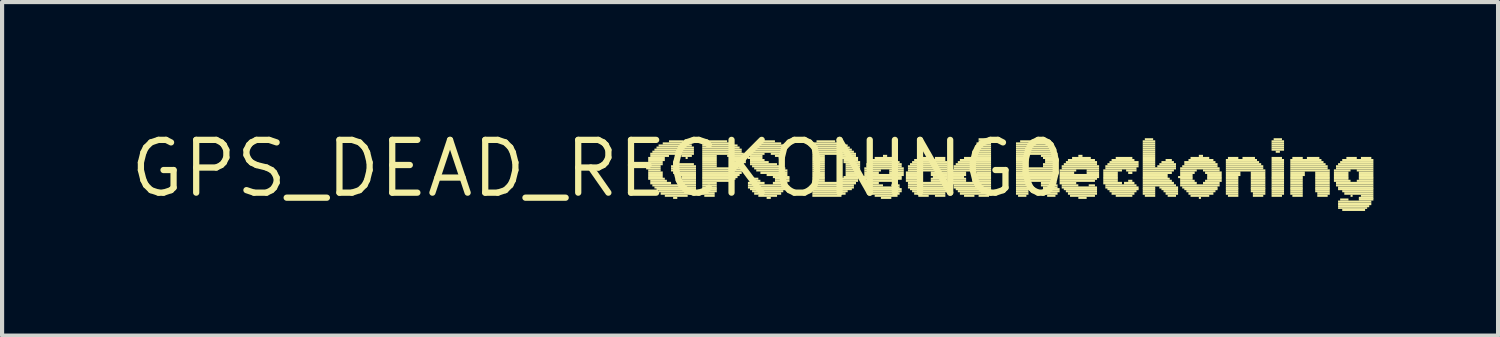
<source format=kicad_pcb>
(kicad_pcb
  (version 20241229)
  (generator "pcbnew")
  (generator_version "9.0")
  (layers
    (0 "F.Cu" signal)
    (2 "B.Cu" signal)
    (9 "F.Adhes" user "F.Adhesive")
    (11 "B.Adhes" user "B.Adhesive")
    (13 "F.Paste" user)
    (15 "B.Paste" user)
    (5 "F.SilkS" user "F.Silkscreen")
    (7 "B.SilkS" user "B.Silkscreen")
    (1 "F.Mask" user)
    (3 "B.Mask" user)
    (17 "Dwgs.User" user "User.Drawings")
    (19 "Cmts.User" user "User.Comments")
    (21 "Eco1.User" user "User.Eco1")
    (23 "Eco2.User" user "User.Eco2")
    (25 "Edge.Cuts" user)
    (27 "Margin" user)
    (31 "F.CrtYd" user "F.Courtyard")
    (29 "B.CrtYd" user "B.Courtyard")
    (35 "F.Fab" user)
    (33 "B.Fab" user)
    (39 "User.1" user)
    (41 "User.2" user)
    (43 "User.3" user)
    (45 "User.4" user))
  (footprint "GPS_DEAD_RECKONING0"
    (layer "F.Cu")
    (at 11.347 1.006)
    (property "Reference" "GPS_DEAD_RECKONING0" (at 0 0 0) (layer "F.SilkS") (effects (font (size 1.27 1.27) (thickness 0.15))))
    (fp_poly (pts (xy 1.15 0.02) (xy 1.5 0.02) (xy 1.5 -0.03) (xy 1.15 -0.03)) (stroke (width 0) (type default)) (fill yes) (layer "F.SilkS"))
    (fp_poly (pts (xy 1.2 -0.23) (xy 1.6 -0.23) (xy 1.6 -0.28) (xy 1.2 -0.28)) (stroke (width 0) (type default)) (fill yes) (layer "F.SilkS"))
    (fp_poly (pts (xy 1.2 -0.18) (xy 1.6 -0.18) (xy 1.6 -0.23) (xy 1.2 -0.23)) (stroke (width 0) (type default)) (fill yes) (layer "F.SilkS"))
    (fp_poly (pts (xy 1.2 -0.13) (xy 1.55 -0.13) (xy 1.55 -0.18) (xy 1.2 -0.18)) (stroke (width 0) (type default)) (fill yes) (layer "F.SilkS"))
    (fp_poly (pts (xy 1.2 -0.08) (xy 1.55 -0.08) (xy 1.55 -0.13) (xy 1.2 -0.13)) (stroke (width 0) (type default)) (fill yes) (layer "F.SilkS"))
    (fp_poly (pts (xy 1.2 -0.03) (xy 1.5 -0.03) (xy 1.5 -0.08) (xy 1.2 -0.08)) (stroke (width 0) (type default)) (fill yes) (layer "F.SilkS"))
    (fp_poly (pts (xy 1.2 0.07) (xy 1.5 0.07) (xy 1.5 0.02) (xy 1.2 0.02)) (stroke (width 0) (type default)) (fill yes) (layer "F.SilkS"))
    (fp_poly (pts (xy 1.2 0.13) (xy 1.55 0.13) (xy 1.55 0.07) (xy 1.2 0.07)) (stroke (width 0) (type default)) (fill yes) (layer "F.SilkS"))
    (fp_poly (pts (xy 1.2 0.18) (xy 1.55 0.18) (xy 1.55 0.13) (xy 1.2 0.13)) (stroke (width 0) (type default)) (fill yes) (layer "F.SilkS"))
    (fp_poly (pts (xy 1.2 0.23) (xy 1.55 0.23) (xy 1.55 0.18) (xy 1.2 0.18)) (stroke (width 0) (type default)) (fill yes) (layer "F.SilkS"))
    (fp_poly (pts (xy 1.2 0.27) (xy 1.6 0.27) (xy 1.6 0.22) (xy 1.2 0.22)) (stroke (width 0) (type default)) (fill yes) (layer "F.SilkS"))
    (fp_poly (pts (xy 1.25 -0.33) (xy 2.3 -0.33) (xy 2.3 -0.38) (xy 1.25 -0.38)) (stroke (width 0) (type default)) (fill yes) (layer "F.SilkS"))
    (fp_poly (pts (xy 1.25 -0.28) (xy 1.7 -0.28) (xy 1.7 -0.33) (xy 1.25 -0.33)) (stroke (width 0) (type default)) (fill yes) (layer "F.SilkS"))
    (fp_poly (pts (xy 1.25 0.32) (xy 1.65 0.32) (xy 1.65 0.27) (xy 1.25 0.27)) (stroke (width 0) (type default)) (fill yes) (layer "F.SilkS"))
    (fp_poly (pts (xy 1.25 0.38) (xy 1.75 0.38) (xy 1.75 0.32) (xy 1.25 0.32)) (stroke (width 0) (type default)) (fill yes) (layer "F.SilkS"))
    (fp_poly (pts (xy 1.3 -0.38) (xy 2.3 -0.38) (xy 2.3 -0.43) (xy 1.3 -0.43)) (stroke (width 0) (type default)) (fill yes) (layer "F.SilkS"))
    (fp_poly (pts (xy 1.3 0.43) (xy 2.35 0.43) (xy 2.35 0.38) (xy 1.3 0.38)) (stroke (width 0) (type default)) (fill yes) (layer "F.SilkS"))
    (fp_poly (pts (xy 1.35 -0.43) (xy 2.3 -0.43) (xy 2.3 -0.48) (xy 1.35 -0.48)) (stroke (width 0) (type default)) (fill yes) (layer "F.SilkS"))
    (fp_poly (pts (xy 1.35 0.48) (xy 2.35 0.48) (xy 2.35 0.43) (xy 1.35 0.43)) (stroke (width 0) (type default)) (fill yes) (layer "F.SilkS"))
    (fp_poly (pts (xy 1.4 -0.48) (xy 2.3 -0.48) (xy 2.3 -0.53) (xy 1.4 -0.53)) (stroke (width 0) (type default)) (fill yes) (layer "F.SilkS"))
    (fp_poly (pts (xy 1.4 0.52) (xy 2.35 0.52) (xy 2.35 0.47) (xy 1.4 0.47)) (stroke (width 0) (type default)) (fill yes) (layer "F.SilkS"))
    (fp_poly (pts (xy 1.45 -0.53) (xy 2.25 -0.53) (xy 2.25 -0.58) (xy 1.45 -0.58)) (stroke (width 0) (type default)) (fill yes) (layer "F.SilkS"))
    (fp_poly (pts (xy 1.45 0.57) (xy 2.3 0.57) (xy 2.3 0.52) (xy 1.45 0.52)) (stroke (width 0) (type default)) (fill yes) (layer "F.SilkS"))
    (fp_poly (pts (xy 1.5 0.63) (xy 2.25 0.63) (xy 2.25 0.57) (xy 1.5 0.57)) (stroke (width 0) (type default)) (fill yes) (layer "F.SilkS"))
    (fp_poly (pts (xy 1.55 -0.58) (xy 2.15 -0.58) (xy 2.15 -0.63) (xy 1.55 -0.63)) (stroke (width 0) (type default)) (fill yes) (layer "F.SilkS"))
    (fp_poly (pts (xy 1.6 0.68) (xy 2.15 0.68) (xy 2.15 0.63) (xy 1.6 0.63)) (stroke (width 0) (type default)) (fill yes) (layer "F.SilkS"))
    (fp_poly (pts (xy 1.7 -0.63) (xy 2.05 -0.63) (xy 2.05 -0.68) (xy 1.7 -0.68)) (stroke (width 0) (type default)) (fill yes) (layer "F.SilkS"))
    (fp_poly (pts (xy 1.75 -0.03) (xy 2.35 -0.03) (xy 2.35 -0.08) (xy 1.75 -0.08)) (stroke (width 0) (type default)) (fill yes) (layer "F.SilkS"))
    (fp_poly (pts (xy 1.75 0.02) (xy 2.35 0.02) (xy 2.35 -0.03) (xy 1.75 -0.03)) (stroke (width 0) (type default)) (fill yes) (layer "F.SilkS"))
    (fp_poly (pts (xy 1.75 0.07) (xy 2.35 0.07) (xy 2.35 0.02) (xy 1.75 0.02)) (stroke (width 0) (type default)) (fill yes) (layer "F.SilkS"))
    (fp_poly (pts (xy 1.8 -0.08) (xy 2.3 -0.08) (xy 2.3 -0.13) (xy 1.8 -0.13)) (stroke (width 0) (type default)) (fill yes) (layer "F.SilkS"))
    (fp_poly (pts (xy 1.8 0.13) (xy 2.35 0.13) (xy 2.35 0.07) (xy 1.8 0.07)) (stroke (width 0) (type default)) (fill yes) (layer "F.SilkS"))
    (fp_poly (pts (xy 1.8 0.73) (xy 1.9 0.73) (xy 1.9 0.68) (xy 1.8 0.68)) (stroke (width 0) (type default)) (fill yes) (layer "F.SilkS"))
    (fp_poly (pts (xy 1.85 0.18) (xy 2.35 0.18) (xy 2.35 0.13) (xy 1.85 0.13)) (stroke (width 0) (type default)) (fill yes) (layer "F.SilkS"))
    (fp_poly (pts (xy 2 -0.28) (xy 2.25 -0.28) (xy 2.25 -0.33) (xy 2 -0.33)) (stroke (width 0) (type default)) (fill yes) (layer "F.SilkS"))
    (fp_poly (pts (xy 2 0.23) (xy 2.35 0.23) (xy 2.35 0.18) (xy 2 0.18)) (stroke (width 0) (type default)) (fill yes) (layer "F.SilkS"))
    (fp_poly (pts (xy 2 0.27) (xy 2.35 0.27) (xy 2.35 0.22) (xy 2 0.22)) (stroke (width 0) (type default)) (fill yes) (layer "F.SilkS"))
    (fp_poly (pts (xy 2 0.32) (xy 2.35 0.32) (xy 2.35 0.27) (xy 2 0.27)) (stroke (width 0) (type default)) (fill yes) (layer "F.SilkS"))
    (fp_poly (pts (xy 2 0.38) (xy 2.35 0.38) (xy 2.35 0.32) (xy 2 0.32)) (stroke (width 0) (type default)) (fill yes) (layer "F.SilkS"))
    (fp_poly (pts (xy 2.1 -0.23) (xy 2.15 -0.23) (xy 2.15 -0.28) (xy 2.1 -0.28)) (stroke (width 0) (type default)) (fill yes) (layer "F.SilkS"))
    (fp_poly (pts (xy 2.5 -0.58) (xy 3.25 -0.58) (xy 3.25 -0.63) (xy 2.5 -0.63)) (stroke (width 0) (type default)) (fill yes) (layer "F.SilkS"))
    (fp_poly (pts (xy 2.5 -0.53) (xy 3.35 -0.53) (xy 3.35 -0.58) (xy 2.5 -0.58)) (stroke (width 0) (type default)) (fill yes) (layer "F.SilkS"))
    (fp_poly (pts (xy 2.5 -0.48) (xy 3.4 -0.48) (xy 3.4 -0.53) (xy 2.5 -0.53)) (stroke (width 0) (type default)) (fill yes) (layer "F.SilkS"))
    (fp_poly (pts (xy 2.5 -0.43) (xy 3.45 -0.43) (xy 3.45 -0.48) (xy 2.5 -0.48)) (stroke (width 0) (type default)) (fill yes) (layer "F.SilkS"))
    (fp_poly (pts (xy 2.5 -0.38) (xy 3.45 -0.38) (xy 3.45 -0.43) (xy 2.5 -0.43)) (stroke (width 0) (type default)) (fill yes) (layer "F.SilkS"))
    (fp_poly (pts (xy 2.5 -0.33) (xy 3.5 -0.33) (xy 3.5 -0.38) (xy 2.5 -0.38)) (stroke (width 0) (type default)) (fill yes) (layer "F.SilkS"))
    (fp_poly (pts (xy 2.5 -0.28) (xy 2.85 -0.28) (xy 2.85 -0.33) (xy 2.5 -0.33)) (stroke (width 0) (type default)) (fill yes) (layer "F.SilkS"))
    (fp_poly (pts (xy 2.5 -0.23) (xy 2.85 -0.23) (xy 2.85 -0.28) (xy 2.5 -0.28)) (stroke (width 0) (type default)) (fill yes) (layer "F.SilkS"))
    (fp_poly (pts (xy 2.5 -0.18) (xy 2.85 -0.18) (xy 2.85 -0.23) (xy 2.5 -0.23)) (stroke (width 0) (type default)) (fill yes) (layer "F.SilkS"))
    (fp_poly (pts (xy 2.5 -0.13) (xy 2.85 -0.13) (xy 2.85 -0.18) (xy 2.5 -0.18)) (stroke (width 0) (type default)) (fill yes) (layer "F.SilkS"))
    (fp_poly (pts (xy 2.5 -0.08) (xy 2.85 -0.08) (xy 2.85 -0.13) (xy 2.5 -0.13)) (stroke (width 0) (type default)) (fill yes) (layer "F.SilkS"))
    (fp_poly (pts (xy 2.5 -0.03) (xy 2.85 -0.03) (xy 2.85 -0.08) (xy 2.5 -0.08)) (stroke (width 0) (type default)) (fill yes) (layer "F.SilkS"))
    (fp_poly (pts (xy 2.5 0.02) (xy 3.5 0.02) (xy 3.5 -0.03) (xy 2.5 -0.03)) (stroke (width 0) (type default)) (fill yes) (layer "F.SilkS"))
    (fp_poly (pts (xy 2.5 0.07) (xy 3.5 0.07) (xy 3.5 0.02) (xy 2.5 0.02)) (stroke (width 0) (type default)) (fill yes) (layer "F.SilkS"))
    (fp_poly (pts (xy 2.5 0.13) (xy 3.45 0.13) (xy 3.45 0.07) (xy 2.5 0.07)) (stroke (width 0) (type default)) (fill yes) (layer "F.SilkS"))
    (fp_poly (pts (xy 2.5 0.18) (xy 3.4 0.18) (xy 3.4 0.13) (xy 2.5 0.13)) (stroke (width 0) (type default)) (fill yes) (layer "F.SilkS"))
    (fp_poly (pts (xy 2.5 0.23) (xy 3.35 0.23) (xy 3.35 0.18) (xy 2.5 0.18)) (stroke (width 0) (type default)) (fill yes) (layer "F.SilkS"))
    (fp_poly (pts (xy 2.5 0.27) (xy 3.3 0.27) (xy 3.3 0.22) (xy 2.5 0.22)) (stroke (width 0) (type default)) (fill yes) (layer "F.SilkS"))
    (fp_poly (pts (xy 2.5 0.32) (xy 3.15 0.32) (xy 3.15 0.27) (xy 2.5 0.27)) (stroke (width 0) (type default)) (fill yes) (layer "F.SilkS"))
    (fp_poly (pts (xy 2.5 0.38) (xy 2.85 0.38) (xy 2.85 0.32) (xy 2.5 0.32)) (stroke (width 0) (type default)) (fill yes) (layer "F.SilkS"))
    (fp_poly (pts (xy 2.5 0.43) (xy 2.85 0.43) (xy 2.85 0.38) (xy 2.5 0.38)) (stroke (width 0) (type default)) (fill yes) (layer "F.SilkS"))
    (fp_poly (pts (xy 2.5 0.48) (xy 2.85 0.48) (xy 2.85 0.43) (xy 2.5 0.43)) (stroke (width 0) (type default)) (fill yes) (layer "F.SilkS"))
    (fp_poly (pts (xy 2.5 0.52) (xy 2.85 0.52) (xy 2.85 0.47) (xy 2.5 0.47)) (stroke (width 0) (type default)) (fill yes) (layer "F.SilkS"))
    (fp_poly (pts (xy 2.5 0.57) (xy 2.85 0.57) (xy 2.85 0.52) (xy 2.5 0.52)) (stroke (width 0) (type default)) (fill yes) (layer "F.SilkS"))
    (fp_poly (pts (xy 2.5 0.63) (xy 2.8 0.63) (xy 2.8 0.57) (xy 2.5 0.57)) (stroke (width 0) (type default)) (fill yes) (layer "F.SilkS"))
    (fp_poly (pts (xy 2.55 0.68) (xy 2.8 0.68) (xy 2.8 0.63) (xy 2.55 0.63)) (stroke (width 0) (type default)) (fill yes) (layer "F.SilkS"))
    (fp_poly (pts (xy 2.6 -0.63) (xy 3.1 -0.63) (xy 3.1 -0.68) (xy 2.6 -0.68)) (stroke (width 0) (type default)) (fill yes) (layer "F.SilkS"))
    (fp_poly (pts (xy 3.1 -0.28) (xy 3.5 -0.28) (xy 3.5 -0.33) (xy 3.1 -0.33)) (stroke (width 0) (type default)) (fill yes) (layer "F.SilkS"))
    (fp_poly (pts (xy 3.15 -0.23) (xy 3.5 -0.23) (xy 3.5 -0.28) (xy 3.15 -0.28)) (stroke (width 0) (type default)) (fill yes) (layer "F.SilkS"))
    (fp_poly (pts (xy 3.15 -0.03) (xy 3.5 -0.03) (xy 3.5 -0.08) (xy 3.15 -0.08)) (stroke (width 0) (type default)) (fill yes) (layer "F.SilkS"))
    (fp_poly (pts (xy 3.2 -0.18) (xy 3.55 -0.18) (xy 3.55 -0.23) (xy 3.2 -0.23)) (stroke (width 0) (type default)) (fill yes) (layer "F.SilkS"))
    (fp_poly (pts (xy 3.2 -0.13) (xy 3.55 -0.13) (xy 3.55 -0.18) (xy 3.2 -0.18)) (stroke (width 0) (type default)) (fill yes) (layer "F.SilkS"))
    (fp_poly (pts (xy 3.2 -0.08) (xy 3.5 -0.08) (xy 3.5 -0.13) (xy 3.2 -0.13)) (stroke (width 0) (type default)) (fill yes) (layer "F.SilkS"))
    (fp_poly (pts (xy 3.6 -0.23) (xy 3.95 -0.23) (xy 3.95 -0.28) (xy 3.6 -0.28)) (stroke (width 0) (type default)) (fill yes) (layer "F.SilkS"))
    (fp_poly (pts (xy 3.6 0.38) (xy 4 0.38) (xy 4 0.32) (xy 3.6 0.32)) (stroke (width 0) (type default)) (fill yes) (layer "F.SilkS"))
    (fp_poly (pts (xy 3.6 0.43) (xy 4.55 0.43) (xy 4.55 0.38) (xy 3.6 0.38)) (stroke (width 0) (type default)) (fill yes) (layer "F.SilkS"))
    (fp_poly (pts (xy 3.6 0.48) (xy 4.55 0.48) (xy 4.55 0.43) (xy 3.6 0.43)) (stroke (width 0) (type default)) (fill yes) (layer "F.SilkS"))
    (fp_poly (pts (xy 3.65 -0.43) (xy 4.5 -0.43) (xy 4.5 -0.48) (xy 3.65 -0.48)) (stroke (width 0) (type default)) (fill yes) (layer "F.SilkS"))
    (fp_poly (pts (xy 3.65 -0.38) (xy 4.5 -0.38) (xy 4.5 -0.43) (xy 3.65 -0.43)) (stroke (width 0) (type default)) (fill yes) (layer "F.SilkS"))
    (fp_poly (pts (xy 3.65 -0.33) (xy 4 -0.33) (xy 4 -0.38) (xy 3.65 -0.38)) (stroke (width 0) (type default)) (fill yes) (layer "F.SilkS"))
    (fp_poly (pts (xy 3.65 -0.28) (xy 3.95 -0.28) (xy 3.95 -0.33) (xy 3.65 -0.33)) (stroke (width 0) (type default)) (fill yes) (layer "F.SilkS"))
    (fp_poly (pts (xy 3.65 -0.18) (xy 4 -0.18) (xy 4 -0.23) (xy 3.65 -0.23)) (stroke (width 0) (type default)) (fill yes) (layer "F.SilkS"))
    (fp_poly (pts (xy 3.65 -0.13) (xy 4.1 -0.13) (xy 4.1 -0.18) (xy 3.65 -0.18)) (stroke (width 0) (type default)) (fill yes) (layer "F.SilkS"))
    (fp_poly (pts (xy 3.65 -0.08) (xy 4.3 -0.08) (xy 4.3 -0.13) (xy 3.65 -0.13)) (stroke (width 0) (type default)) (fill yes) (layer "F.SilkS"))
    (fp_poly (pts (xy 3.65 0.32) (xy 3.9 0.32) (xy 3.9 0.27) (xy 3.65 0.27)) (stroke (width 0) (type default)) (fill yes) (layer "F.SilkS"))
    (fp_poly (pts (xy 3.65 0.52) (xy 4.5 0.52) (xy 4.5 0.47) (xy 3.65 0.47)) (stroke (width 0) (type default)) (fill yes) (layer "F.SilkS"))
    (fp_poly (pts (xy 3.7 -0.48) (xy 4.5 -0.48) (xy 4.5 -0.53) (xy 3.7 -0.53)) (stroke (width 0) (type default)) (fill yes) (layer "F.SilkS"))
    (fp_poly (pts (xy 3.7 -0.03) (xy 4.45 -0.03) (xy 4.45 -0.08) (xy 3.7 -0.08)) (stroke (width 0) (type default)) (fill yes) (layer "F.SilkS"))
    (fp_poly (pts (xy 3.7 0.27) (xy 3.85 0.27) (xy 3.85 0.22) (xy 3.7 0.22)) (stroke (width 0) (type default)) (fill yes) (layer "F.SilkS"))
    (fp_poly (pts (xy 3.7 0.57) (xy 4.45 0.57) (xy 4.45 0.52) (xy 3.7 0.52)) (stroke (width 0) (type default)) (fill yes) (layer "F.SilkS"))
    (fp_poly (pts (xy 3.75 -0.53) (xy 4.45 -0.53) (xy 4.45 -0.58) (xy 3.75 -0.58)) (stroke (width 0) (type default)) (fill yes) (layer "F.SilkS"))
    (fp_poly (pts (xy 3.75 0.02) (xy 4.5 0.02) (xy 4.5 -0.03) (xy 3.75 -0.03)) (stroke (width 0) (type default)) (fill yes) (layer "F.SilkS"))
    (fp_poly (pts (xy 3.75 0.63) (xy 4.4 0.63) (xy 4.4 0.57) (xy 3.75 0.57)) (stroke (width 0) (type default)) (fill yes) (layer "F.SilkS"))
    (fp_poly (pts (xy 3.8 -0.58) (xy 4.4 -0.58) (xy 4.4 -0.63) (xy 3.8 -0.63)) (stroke (width 0) (type default)) (fill yes) (layer "F.SilkS"))
    (fp_poly (pts (xy 3.8 0.07) (xy 4.55 0.07) (xy 4.55 0.02) (xy 3.8 0.02)) (stroke (width 0) (type default)) (fill yes) (layer "F.SilkS"))
    (fp_poly (pts (xy 3.85 0.68) (xy 4.3 0.68) (xy 4.3 0.63) (xy 3.85 0.63)) (stroke (width 0) (type default)) (fill yes) (layer "F.SilkS"))
    (fp_poly (pts (xy 3.9 -0.63) (xy 4.25 -0.63) (xy 4.25 -0.68) (xy 3.9 -0.68)) (stroke (width 0) (type default)) (fill yes) (layer "F.SilkS"))
    (fp_poly (pts (xy 3.9 0.13) (xy 4.55 0.13) (xy 4.55 0.07) (xy 3.9 0.07)) (stroke (width 0) (type default)) (fill yes) (layer "F.SilkS"))
    (fp_poly (pts (xy 4.05 0.18) (xy 4.55 0.18) (xy 4.55 0.13) (xy 4.05 0.13)) (stroke (width 0) (type default)) (fill yes) (layer "F.SilkS"))
    (fp_poly (pts (xy 4.05 0.73) (xy 4.15 0.73) (xy 4.15 0.68) (xy 4.05 0.68)) (stroke (width 0) (type default)) (fill yes) (layer "F.SilkS"))
    (fp_poly (pts (xy 4.15 -0.33) (xy 4.45 -0.33) (xy 4.45 -0.38) (xy 4.15 -0.38)) (stroke (width 0) (type default)) (fill yes) (layer "F.SilkS"))
    (fp_poly (pts (xy 4.2 0.23) (xy 4.6 0.23) (xy 4.6 0.18) (xy 4.2 0.18)) (stroke (width 0) (type default)) (fill yes) (layer "F.SilkS"))
    (fp_poly (pts (xy 4.2 0.38) (xy 4.55 0.38) (xy 4.55 0.32) (xy 4.2 0.32)) (stroke (width 0) (type default)) (fill yes) (layer "F.SilkS"))
    (fp_poly (pts (xy 4.25 -0.28) (xy 4.4 -0.28) (xy 4.4 -0.33) (xy 4.25 -0.33)) (stroke (width 0) (type default)) (fill yes) (layer "F.SilkS"))
    (fp_poly (pts (xy 4.25 0.27) (xy 4.6 0.27) (xy 4.6 0.22) (xy 4.25 0.22)) (stroke (width 0) (type default)) (fill yes) (layer "F.SilkS"))
    (fp_poly (pts (xy 4.25 0.32) (xy 4.6 0.32) (xy 4.6 0.27) (xy 4.25 0.27)) (stroke (width 0) (type default)) (fill yes) (layer "F.SilkS"))
    (fp_poly (pts (xy 5.15 -0.58) (xy 5.9 -0.58) (xy 5.9 -0.63) (xy 5.15 -0.63)) (stroke (width 0) (type default)) (fill yes) (layer "F.SilkS"))
    (fp_poly (pts (xy 5.15 -0.53) (xy 6 -0.53) (xy 6 -0.58) (xy 5.15 -0.58)) (stroke (width 0) (type default)) (fill yes) (layer "F.SilkS"))
    (fp_poly (pts (xy 5.15 -0.48) (xy 6.05 -0.48) (xy 6.05 -0.53) (xy 5.15 -0.53)) (stroke (width 0) (type default)) (fill yes) (layer "F.SilkS"))
    (fp_poly (pts (xy 5.15 -0.43) (xy 6.1 -0.43) (xy 6.1 -0.48) (xy 5.15 -0.48)) (stroke (width 0) (type default)) (fill yes) (layer "F.SilkS"))
    (fp_poly (pts (xy 5.15 -0.38) (xy 6.15 -0.38) (xy 6.15 -0.43) (xy 5.15 -0.43)) (stroke (width 0) (type default)) (fill yes) (layer "F.SilkS"))
    (fp_poly (pts (xy 5.15 -0.33) (xy 6.2 -0.33) (xy 6.2 -0.38) (xy 5.15 -0.38)) (stroke (width 0) (type default)) (fill yes) (layer "F.SilkS"))
    (fp_poly (pts (xy 5.15 -0.28) (xy 5.45 -0.28) (xy 5.45 -0.33) (xy 5.15 -0.33)) (stroke (width 0) (type default)) (fill yes) (layer "F.SilkS"))
    (fp_poly (pts (xy 5.15 -0.23) (xy 5.45 -0.23) (xy 5.45 -0.28) (xy 5.15 -0.28)) (stroke (width 0) (type default)) (fill yes) (layer "F.SilkS"))
    (fp_poly (pts (xy 5.15 -0.18) (xy 5.45 -0.18) (xy 5.45 -0.23) (xy 5.15 -0.23)) (stroke (width 0) (type default)) (fill yes) (layer "F.SilkS"))
    (fp_poly (pts (xy 5.15 -0.13) (xy 5.45 -0.13) (xy 5.45 -0.18) (xy 5.15 -0.18)) (stroke (width 0) (type default)) (fill yes) (layer "F.SilkS"))
    (fp_poly (pts (xy 5.15 -0.08) (xy 5.45 -0.08) (xy 5.45 -0.13) (xy 5.15 -0.13)) (stroke (width 0) (type default)) (fill yes) (layer "F.SilkS"))
    (fp_poly (pts (xy 5.15 -0.03) (xy 5.45 -0.03) (xy 5.45 -0.08) (xy 5.15 -0.08)) (stroke (width 0) (type default)) (fill yes) (layer "F.SilkS"))
    (fp_poly (pts (xy 5.15 0.02) (xy 5.45 0.02) (xy 5.45 -0.03) (xy 5.15 -0.03)) (stroke (width 0) (type default)) (fill yes) (layer "F.SilkS"))
    (fp_poly (pts (xy 5.15 0.07) (xy 5.45 0.07) (xy 5.45 0.02) (xy 5.15 0.02)) (stroke (width 0) (type default)) (fill yes) (layer "F.SilkS"))
    (fp_poly (pts (xy 5.15 0.13) (xy 5.45 0.13) (xy 5.45 0.07) (xy 5.15 0.07)) (stroke (width 0) (type default)) (fill yes) (layer "F.SilkS"))
    (fp_poly (pts (xy 5.15 0.18) (xy 5.45 0.18) (xy 5.45 0.13) (xy 5.15 0.13)) (stroke (width 0) (type default)) (fill yes) (layer "F.SilkS"))
    (fp_poly (pts (xy 5.15 0.23) (xy 5.45 0.23) (xy 5.45 0.18) (xy 5.15 0.18)) (stroke (width 0) (type default)) (fill yes) (layer "F.SilkS"))
    (fp_poly (pts (xy 5.15 0.27) (xy 5.45 0.27) (xy 5.45 0.22) (xy 5.15 0.22)) (stroke (width 0) (type default)) (fill yes) (layer "F.SilkS"))
    (fp_poly (pts (xy 5.15 0.32) (xy 5.45 0.32) (xy 5.45 0.27) (xy 5.15 0.27)) (stroke (width 0) (type default)) (fill yes) (layer "F.SilkS"))
    (fp_poly (pts (xy 5.15 0.38) (xy 6.2 0.38) (xy 6.2 0.32) (xy 5.15 0.32)) (stroke (width 0) (type default)) (fill yes) (layer "F.SilkS"))
    (fp_poly (pts (xy 5.15 0.43) (xy 6.15 0.43) (xy 6.15 0.38) (xy 5.15 0.38)) (stroke (width 0) (type default)) (fill yes) (layer "F.SilkS"))
    (fp_poly (pts (xy 5.15 0.48) (xy 6.15 0.48) (xy 6.15 0.43) (xy 5.15 0.43)) (stroke (width 0) (type default)) (fill yes) (layer "F.SilkS"))
    (fp_poly (pts (xy 5.15 0.52) (xy 6.1 0.52) (xy 6.1 0.47) (xy 5.15 0.47)) (stroke (width 0) (type default)) (fill yes) (layer "F.SilkS"))
    (fp_poly (pts (xy 5.15 0.57) (xy 6 0.57) (xy 6 0.52) (xy 5.15 0.52)) (stroke (width 0) (type default)) (fill yes) (layer "F.SilkS"))
    (fp_poly (pts (xy 5.15 0.63) (xy 5.95 0.63) (xy 5.95 0.57) (xy 5.15 0.57)) (stroke (width 0) (type default)) (fill yes) (layer "F.SilkS"))
    (fp_poly (pts (xy 5.15 0.68) (xy 5.85 0.68) (xy 5.85 0.63) (xy 5.15 0.63)) (stroke (width 0) (type default)) (fill yes) (layer "F.SilkS"))
    (fp_poly (pts (xy 5.25 -0.63) (xy 5.7 -0.63) (xy 5.7 -0.68) (xy 5.25 -0.68)) (stroke (width 0) (type default)) (fill yes) (layer "F.SilkS"))
    (fp_poly (pts (xy 5.75 -0.28) (xy 6.2 -0.28) (xy 6.2 -0.33) (xy 5.75 -0.33)) (stroke (width 0) (type default)) (fill yes) (layer "F.SilkS"))
    (fp_poly (pts (xy 5.8 0.32) (xy 6.25 0.32) (xy 6.25 0.27) (xy 5.8 0.27)) (stroke (width 0) (type default)) (fill yes) (layer "F.SilkS"))
    (fp_poly (pts (xy 5.85 -0.23) (xy 6.25 -0.23) (xy 6.25 -0.28) (xy 5.85 -0.28)) (stroke (width 0) (type default)) (fill yes) (layer "F.SilkS"))
    (fp_poly (pts (xy 5.85 0.27) (xy 6.25 0.27) (xy 6.25 0.22) (xy 5.85 0.22)) (stroke (width 0) (type default)) (fill yes) (layer "F.SilkS"))
    (fp_poly (pts (xy 5.9 -0.18) (xy 6.25 -0.18) (xy 6.25 -0.23) (xy 5.9 -0.23)) (stroke (width 0) (type default)) (fill yes) (layer "F.SilkS"))
    (fp_poly (pts (xy 5.9 -0.13) (xy 6.3 -0.13) (xy 6.3 -0.18) (xy 5.9 -0.18)) (stroke (width 0) (type default)) (fill yes) (layer "F.SilkS"))
    (fp_poly (pts (xy 5.9 0.23) (xy 6.25 0.23) (xy 6.25 0.18) (xy 5.9 0.18)) (stroke (width 0) (type default)) (fill yes) (layer "F.SilkS"))
    (fp_poly (pts (xy 5.95 -0.08) (xy 6.3 -0.08) (xy 6.3 -0.13) (xy 5.95 -0.13)) (stroke (width 0) (type default)) (fill yes) (layer "F.SilkS"))
    (fp_poly (pts (xy 5.95 -0.03) (xy 6.3 -0.03) (xy 6.3 -0.08) (xy 5.95 -0.08)) (stroke (width 0) (type default)) (fill yes) (layer "F.SilkS"))
    (fp_poly (pts (xy 5.95 0.02) (xy 6.3 0.02) (xy 6.3 -0.03) (xy 5.95 -0.03)) (stroke (width 0) (type default)) (fill yes) (layer "F.SilkS"))
    (fp_poly (pts (xy 5.95 0.07) (xy 6.3 0.07) (xy 6.3 0.02) (xy 5.95 0.02)) (stroke (width 0) (type default)) (fill yes) (layer "F.SilkS"))
    (fp_poly (pts (xy 5.95 0.13) (xy 6.3 0.13) (xy 6.3 0.07) (xy 5.95 0.07)) (stroke (width 0) (type default)) (fill yes) (layer "F.SilkS"))
    (fp_poly (pts (xy 5.95 0.18) (xy 6.3 0.18) (xy 6.3 0.13) (xy 5.95 0.13)) (stroke (width 0) (type default)) (fill yes) (layer "F.SilkS"))
    (fp_poly (pts (xy 6.35 0.23) (xy 7.3 0.23) (xy 7.3 0.18) (xy 6.35 0.18)) (stroke (width 0) (type default)) (fill yes) (layer "F.SilkS"))
    (fp_poly (pts (xy 6.4 0.02) (xy 7.35 0.02) (xy 7.35 -0.03) (xy 6.4 -0.03)) (stroke (width 0) (type default)) (fill yes) (layer "F.SilkS"))
    (fp_poly (pts (xy 6.4 0.07) (xy 6.8 0.07) (xy 6.8 0.02) (xy 6.4 0.02)) (stroke (width 0) (type default)) (fill yes) (layer "F.SilkS"))
    (fp_poly (pts (xy 6.4 0.13) (xy 6.75 0.13) (xy 6.75 0.07) (xy 6.4 0.07)) (stroke (width 0) (type default)) (fill yes) (layer "F.SilkS"))
    (fp_poly (pts (xy 6.4 0.18) (xy 7.35 0.18) (xy 7.35 0.13) (xy 6.4 0.13)) (stroke (width 0) (type default)) (fill yes) (layer "F.SilkS"))
    (fp_poly (pts (xy 6.4 0.27) (xy 7.3 0.27) (xy 7.3 0.22) (xy 6.4 0.22)) (stroke (width 0) (type default)) (fill yes) (layer "F.SilkS"))
    (fp_poly (pts (xy 6.4 0.32) (xy 7.2 0.32) (xy 7.2 0.27) (xy 6.4 0.27)) (stroke (width 0) (type default)) (fill yes) (layer "F.SilkS"))
    (fp_poly (pts (xy 6.4 0.38) (xy 6.75 0.38) (xy 6.75 0.32) (xy 6.4 0.32)) (stroke (width 0) (type default)) (fill yes) (layer "F.SilkS"))
    (fp_poly (pts (xy 6.4 0.43) (xy 6.85 0.43) (xy 6.85 0.38) (xy 6.4 0.38)) (stroke (width 0) (type default)) (fill yes) (layer "F.SilkS"))
    (fp_poly (pts (xy 6.45 -0.08) (xy 7.3 -0.08) (xy 7.3 -0.13) (xy 6.45 -0.13)) (stroke (width 0) (type default)) (fill yes) (layer "F.SilkS"))
    (fp_poly (pts (xy 6.45 -0.03) (xy 7.3 -0.03) (xy 7.3 -0.08) (xy 6.45 -0.08)) (stroke (width 0) (type default)) (fill yes) (layer "F.SilkS"))
    (fp_poly (pts (xy 6.45 0.48) (xy 7.25 0.48) (xy 7.25 0.43) (xy 6.45 0.43)) (stroke (width 0) (type default)) (fill yes) (layer "F.SilkS"))
    (fp_poly (pts (xy 6.45 0.52) (xy 7.3 0.52) (xy 7.3 0.47) (xy 6.45 0.47)) (stroke (width 0) (type default)) (fill yes) (layer "F.SilkS"))
    (fp_poly (pts (xy 6.5 -0.13) (xy 7.25 -0.13) (xy 7.25 -0.18) (xy 6.5 -0.18)) (stroke (width 0) (type default)) (fill yes) (layer "F.SilkS"))
    (fp_poly (pts (xy 6.5 0.57) (xy 7.3 0.57) (xy 7.3 0.52) (xy 6.5 0.52)) (stroke (width 0) (type default)) (fill yes) (layer "F.SilkS"))
    (fp_poly (pts (xy 6.55 -0.18) (xy 7.2 -0.18) (xy 7.2 -0.23) (xy 6.55 -0.23)) (stroke (width 0) (type default)) (fill yes) (layer "F.SilkS"))
    (fp_poly (pts (xy 6.55 0.63) (xy 7.25 0.63) (xy 7.25 0.57) (xy 6.55 0.57)) (stroke (width 0) (type default)) (fill yes) (layer "F.SilkS"))
    (fp_poly (pts (xy 6.65 -0.23) (xy 7.15 -0.23) (xy 7.15 -0.28) (xy 6.65 -0.28)) (stroke (width 0) (type default)) (fill yes) (layer "F.SilkS"))
    (fp_poly (pts (xy 6.65 0.68) (xy 7.2 0.68) (xy 7.2 0.63) (xy 6.65 0.63)) (stroke (width 0) (type default)) (fill yes) (layer "F.SilkS"))
    (fp_poly (pts (xy 6.8 0.73) (xy 7.05 0.73) (xy 7.05 0.68) (xy 6.8 0.68)) (stroke (width 0) (type default)) (fill yes) (layer "F.SilkS"))
    (fp_poly (pts (xy 6.85 -0.28) (xy 6.95 -0.28) (xy 6.95 -0.33) (xy 6.85 -0.33)) (stroke (width 0) (type default)) (fill yes) (layer "F.SilkS"))
    (fp_poly (pts (xy 7 0.07) (xy 7.35 0.07) (xy 7.35 0.02) (xy 7 0.02)) (stroke (width 0) (type default)) (fill yes) (layer "F.SilkS"))
    (fp_poly (pts (xy 7 0.13) (xy 7.35 0.13) (xy 7.35 0.07) (xy 7 0.07)) (stroke (width 0) (type default)) (fill yes) (layer "F.SilkS"))
    (fp_poly (pts (xy 7.05 0.43) (xy 7.25 0.43) (xy 7.25 0.38) (xy 7.05 0.38)) (stroke (width 0) (type default)) (fill yes) (layer "F.SilkS"))
    (fp_poly (pts (xy 7.4 0.13) (xy 7.8 0.13) (xy 7.8 0.07) (xy 7.4 0.07)) (stroke (width 0) (type default)) (fill yes) (layer "F.SilkS"))
    (fp_poly (pts (xy 7.4 0.18) (xy 7.75 0.18) (xy 7.75 0.13) (xy 7.4 0.13)) (stroke (width 0) (type default)) (fill yes) (layer "F.SilkS"))
    (fp_poly (pts (xy 7.4 0.23) (xy 7.75 0.23) (xy 7.75 0.18) (xy 7.4 0.18)) (stroke (width 0) (type default)) (fill yes) (layer "F.SilkS"))
    (fp_poly (pts (xy 7.4 0.27) (xy 7.75 0.27) (xy 7.75 0.22) (xy 7.4 0.22)) (stroke (width 0) (type default)) (fill yes) (layer "F.SilkS"))
    (fp_poly (pts (xy 7.4 0.32) (xy 7.8 0.32) (xy 7.8 0.27) (xy 7.4 0.27)) (stroke (width 0) (type default)) (fill yes) (layer "F.SilkS"))
    (fp_poly (pts (xy 7.45 -0.03) (xy 8.4 -0.03) (xy 8.4 -0.08) (xy 7.45 -0.08)) (stroke (width 0) (type default)) (fill yes) (layer "F.SilkS"))
    (fp_poly (pts (xy 7.45 0.02) (xy 8.4 0.02) (xy 8.4 -0.03) (xy 7.45 -0.03)) (stroke (width 0) (type default)) (fill yes) (layer "F.SilkS"))
    (fp_poly (pts (xy 7.45 0.07) (xy 8.4 0.07) (xy 8.4 0.02) (xy 7.45 0.02)) (stroke (width 0) (type default)) (fill yes) (layer "F.SilkS"))
    (fp_poly (pts (xy 7.45 0.38) (xy 8.4 0.38) (xy 8.4 0.32) (xy 7.45 0.32)) (stroke (width 0) (type default)) (fill yes) (layer "F.SilkS"))
    (fp_poly (pts (xy 7.45 0.43) (xy 8.4 0.43) (xy 8.4 0.38) (xy 7.45 0.38)) (stroke (width 0) (type default)) (fill yes) (layer "F.SilkS"))
    (fp_poly (pts (xy 7.45 0.48) (xy 8.4 0.48) (xy 8.4 0.43) (xy 7.45 0.43)) (stroke (width 0) (type default)) (fill yes) (layer "F.SilkS"))
    (fp_poly (pts (xy 7.5 -0.08) (xy 8.4 -0.08) (xy 8.4 -0.13) (xy 7.5 -0.13)) (stroke (width 0) (type default)) (fill yes) (layer "F.SilkS"))
    (fp_poly (pts (xy 7.5 0.52) (xy 8.4 0.52) (xy 8.4 0.47) (xy 7.5 0.47)) (stroke (width 0) (type default)) (fill yes) (layer "F.SilkS"))
    (fp_poly (pts (xy 7.55 -0.13) (xy 8.4 -0.13) (xy 8.4 -0.18) (xy 7.55 -0.18)) (stroke (width 0) (type default)) (fill yes) (layer "F.SilkS"))
    (fp_poly (pts (xy 7.55 0.57) (xy 8.4 0.57) (xy 8.4 0.52) (xy 7.55 0.52)) (stroke (width 0) (type default)) (fill yes) (layer "F.SilkS"))
    (fp_poly (pts (xy 7.6 -0.18) (xy 8.35 -0.18) (xy 8.35 -0.23) (xy 7.6 -0.23)) (stroke (width 0) (type default)) (fill yes) (layer "F.SilkS"))
    (fp_poly (pts (xy 7.6 0.63) (xy 8.35 0.63) (xy 8.35 0.57) (xy 7.6 0.57)) (stroke (width 0) (type default)) (fill yes) (layer "F.SilkS"))
    (fp_poly (pts (xy 7.7 -0.23) (xy 7.95 -0.23) (xy 7.95 -0.28) (xy 7.7 -0.28)) (stroke (width 0) (type default)) (fill yes) (layer "F.SilkS"))
    (fp_poly (pts (xy 7.7 0.68) (xy 7.95 0.68) (xy 7.95 0.63) (xy 7.7 0.63)) (stroke (width 0) (type default)) (fill yes) (layer "F.SilkS"))
    (fp_poly (pts (xy 8 0.13) (xy 8.4 0.13) (xy 8.4 0.07) (xy 8 0.07)) (stroke (width 0) (type default)) (fill yes) (layer "F.SilkS"))
    (fp_poly (pts (xy 8 0.18) (xy 8.4 0.18) (xy 8.4 0.13) (xy 8 0.13)) (stroke (width 0) (type default)) (fill yes) (layer "F.SilkS"))
    (fp_poly (pts (xy 8 0.27) (xy 8.4 0.27) (xy 8.4 0.22) (xy 8 0.22)) (stroke (width 0) (type default)) (fill yes) (layer "F.SilkS"))
    (fp_poly (pts (xy 8 0.32) (xy 8.4 0.32) (xy 8.4 0.27) (xy 8 0.27)) (stroke (width 0) (type default)) (fill yes) (layer "F.SilkS"))
    (fp_poly (pts (xy 8.05 0.23) (xy 8.4 0.23) (xy 8.4 0.18) (xy 8.05 0.18)) (stroke (width 0) (type default)) (fill yes) (layer "F.SilkS"))
    (fp_poly (pts (xy 8.1 -0.23) (xy 8.35 -0.23) (xy 8.35 -0.28) (xy 8.1 -0.28)) (stroke (width 0) (type default)) (fill yes) (layer "F.SilkS"))
    (fp_poly (pts (xy 8.1 0.68) (xy 8.35 0.68) (xy 8.35 0.63) (xy 8.1 0.63)) (stroke (width 0) (type default)) (fill yes) (layer "F.SilkS"))
    (fp_poly (pts (xy 8.5 0.07) (xy 9.45 0.07) (xy 9.45 0.02) (xy 8.5 0.02)) (stroke (width 0) (type default)) (fill yes) (layer "F.SilkS"))
    (fp_poly (pts (xy 8.5 0.13) (xy 8.85 0.13) (xy 8.85 0.07) (xy 8.5 0.07)) (stroke (width 0) (type default)) (fill yes) (layer "F.SilkS"))
    (fp_poly (pts (xy 8.5 0.18) (xy 8.85 0.18) (xy 8.85 0.13) (xy 8.5 0.13)) (stroke (width 0) (type default)) (fill yes) (layer "F.SilkS"))
    (fp_poly (pts (xy 8.5 0.23) (xy 8.8 0.23) (xy 8.8 0.18) (xy 8.5 0.18)) (stroke (width 0) (type default)) (fill yes) (layer "F.SilkS"))
    (fp_poly (pts (xy 8.5 0.27) (xy 8.85 0.27) (xy 8.85 0.22) (xy 8.5 0.22)) (stroke (width 0) (type default)) (fill yes) (layer "F.SilkS"))
    (fp_poly (pts (xy 8.5 0.32) (xy 8.85 0.32) (xy 8.85 0.27) (xy 8.5 0.27)) (stroke (width 0) (type default)) (fill yes) (layer "F.SilkS"))
    (fp_poly (pts (xy 8.5 0.38) (xy 9.45 0.38) (xy 9.45 0.32) (xy 8.5 0.32)) (stroke (width 0) (type default)) (fill yes) (layer "F.SilkS"))
    (fp_poly (pts (xy 8.55 -0.03) (xy 9.45 -0.03) (xy 9.45 -0.08) (xy 8.55 -0.08)) (stroke (width 0) (type default)) (fill yes) (layer "F.SilkS"))
    (fp_poly (pts (xy 8.55 0.02) (xy 9.45 0.02) (xy 9.45 -0.03) (xy 8.55 -0.03)) (stroke (width 0) (type default)) (fill yes) (layer "F.SilkS"))
    (fp_poly (pts (xy 8.55 0.43) (xy 9.45 0.43) (xy 9.45 0.38) (xy 8.55 0.38)) (stroke (width 0) (type default)) (fill yes) (layer "F.SilkS"))
    (fp_poly (pts (xy 8.55 0.48) (xy 9.45 0.48) (xy 9.45 0.43) (xy 8.55 0.43)) (stroke (width 0) (type default)) (fill yes) (layer "F.SilkS"))
    (fp_poly (pts (xy 8.6 -0.08) (xy 9.45 -0.08) (xy 9.45 -0.13) (xy 8.6 -0.13)) (stroke (width 0) (type default)) (fill yes) (layer "F.SilkS"))
    (fp_poly (pts (xy 8.6 0.52) (xy 9.45 0.52) (xy 9.45 0.47) (xy 8.6 0.47)) (stroke (width 0) (type default)) (fill yes) (layer "F.SilkS"))
    (fp_poly (pts (xy 8.65 -0.13) (xy 9.45 -0.13) (xy 9.45 -0.18) (xy 8.65 -0.18)) (stroke (width 0) (type default)) (fill yes) (layer "F.SilkS"))
    (fp_poly (pts (xy 8.65 0.57) (xy 9.45 0.57) (xy 9.45 0.52) (xy 8.65 0.52)) (stroke (width 0) (type default)) (fill yes) (layer "F.SilkS"))
    (fp_poly (pts (xy 8.7 -0.18) (xy 9.45 -0.18) (xy 9.45 -0.23) (xy 8.7 -0.23)) (stroke (width 0) (type default)) (fill yes) (layer "F.SilkS"))
    (fp_poly (pts (xy 8.7 0.63) (xy 9.45 0.63) (xy 9.45 0.57) (xy 8.7 0.57)) (stroke (width 0) (type default)) (fill yes) (layer "F.SilkS"))
    (fp_poly (pts (xy 8.8 -0.23) (xy 9.05 -0.23) (xy 9.05 -0.28) (xy 8.8 -0.28)) (stroke (width 0) (type default)) (fill yes) (layer "F.SilkS"))
    (fp_poly (pts (xy 8.8 0.68) (xy 9.05 0.68) (xy 9.05 0.63) (xy 8.8 0.63)) (stroke (width 0) (type default)) (fill yes) (layer "F.SilkS"))
    (fp_poly (pts (xy 9.1 -0.58) (xy 9.45 -0.58) (xy 9.45 -0.63) (xy 9.1 -0.63)) (stroke (width 0) (type default)) (fill yes) (layer "F.SilkS"))
    (fp_poly (pts (xy 9.1 -0.53) (xy 9.45 -0.53) (xy 9.45 -0.58) (xy 9.1 -0.58)) (stroke (width 0) (type default)) (fill yes) (layer "F.SilkS"))
    (fp_poly (pts (xy 9.1 -0.48) (xy 9.45 -0.48) (xy 9.45 -0.53) (xy 9.1 -0.53)) (stroke (width 0) (type default)) (fill yes) (layer "F.SilkS"))
    (fp_poly (pts (xy 9.1 -0.43) (xy 9.45 -0.43) (xy 9.45 -0.48) (xy 9.1 -0.48)) (stroke (width 0) (type default)) (fill yes) (layer "F.SilkS"))
    (fp_poly (pts (xy 9.1 -0.38) (xy 9.45 -0.38) (xy 9.45 -0.43) (xy 9.1 -0.43)) (stroke (width 0) (type default)) (fill yes) (layer "F.SilkS"))
    (fp_poly (pts (xy 9.1 -0.33) (xy 9.45 -0.33) (xy 9.45 -0.38) (xy 9.1 -0.38)) (stroke (width 0) (type default)) (fill yes) (layer "F.SilkS"))
    (fp_poly (pts (xy 9.1 -0.28) (xy 9.45 -0.28) (xy 9.45 -0.33) (xy 9.1 -0.33)) (stroke (width 0) (type default)) (fill yes) (layer "F.SilkS"))
    (fp_poly (pts (xy 9.1 -0.23) (xy 9.45 -0.23) (xy 9.45 -0.28) (xy 9.1 -0.28)) (stroke (width 0) (type default)) (fill yes) (layer "F.SilkS"))
    (fp_poly (pts (xy 9.1 0.13) (xy 9.45 0.13) (xy 9.45 0.07) (xy 9.1 0.07)) (stroke (width 0) (type default)) (fill yes) (layer "F.SilkS"))
    (fp_poly (pts (xy 9.1 0.18) (xy 9.45 0.18) (xy 9.45 0.13) (xy 9.1 0.13)) (stroke (width 0) (type default)) (fill yes) (layer "F.SilkS"))
    (fp_poly (pts (xy 9.1 0.23) (xy 9.45 0.23) (xy 9.45 0.18) (xy 9.1 0.18)) (stroke (width 0) (type default)) (fill yes) (layer "F.SilkS"))
    (fp_poly (pts (xy 9.1 0.27) (xy 9.45 0.27) (xy 9.45 0.22) (xy 9.1 0.22)) (stroke (width 0) (type default)) (fill yes) (layer "F.SilkS"))
    (fp_poly (pts (xy 9.1 0.32) (xy 9.45 0.32) (xy 9.45 0.27) (xy 9.1 0.27)) (stroke (width 0) (type default)) (fill yes) (layer "F.SilkS"))
    (fp_poly (pts (xy 9.15 -0.68) (xy 9.4 -0.68) (xy 9.4 -0.73) (xy 9.15 -0.73)) (stroke (width 0) (type default)) (fill yes) (layer "F.SilkS"))
    (fp_poly (pts (xy 9.15 -0.63) (xy 9.45 -0.63) (xy 9.45 -0.68) (xy 9.15 -0.68)) (stroke (width 0) (type default)) (fill yes) (layer "F.SilkS"))
    (fp_poly (pts (xy 9.15 0.68) (xy 9.4 0.68) (xy 9.4 0.63) (xy 9.15 0.63)) (stroke (width 0) (type default)) (fill yes) (layer "F.SilkS"))
    (fp_poly (pts (xy 10.05 -0.58) (xy 10.8 -0.58) (xy 10.8 -0.63) (xy 10.05 -0.63)) (stroke (width 0) (type default)) (fill yes) (layer "F.SilkS"))
    (fp_poly (pts (xy 10.05 -0.53) (xy 10.9 -0.53) (xy 10.9 -0.58) (xy 10.05 -0.58)) (stroke (width 0) (type default)) (fill yes) (layer "F.SilkS"))
    (fp_poly (pts (xy 10.05 -0.48) (xy 10.95 -0.48) (xy 10.95 -0.53) (xy 10.05 -0.53)) (stroke (width 0) (type default)) (fill yes) (layer "F.SilkS"))
    (fp_poly (pts (xy 10.05 -0.43) (xy 11 -0.43) (xy 11 -0.48) (xy 10.05 -0.48)) (stroke (width 0) (type default)) (fill yes) (layer "F.SilkS"))
    (fp_poly (pts (xy 10.05 -0.38) (xy 11 -0.38) (xy 11 -0.43) (xy 10.05 -0.43)) (stroke (width 0) (type default)) (fill yes) (layer "F.SilkS"))
    (fp_poly (pts (xy 10.05 -0.33) (xy 11.05 -0.33) (xy 11.05 -0.38) (xy 10.05 -0.38)) (stroke (width 0) (type default)) (fill yes) (layer "F.SilkS"))
    (fp_poly (pts (xy 10.05 -0.28) (xy 10.35 -0.28) (xy 10.35 -0.33) (xy 10.05 -0.33)) (stroke (width 0) (type default)) (fill yes) (layer "F.SilkS"))
    (fp_poly (pts (xy 10.05 -0.23) (xy 10.35 -0.23) (xy 10.35 -0.28) (xy 10.05 -0.28)) (stroke (width 0) (type default)) (fill yes) (layer "F.SilkS"))
    (fp_poly (pts (xy 10.05 -0.18) (xy 10.35 -0.18) (xy 10.35 -0.23) (xy 10.05 -0.23)) (stroke (width 0) (type default)) (fill yes) (layer "F.SilkS"))
    (fp_poly (pts (xy 10.05 -0.13) (xy 10.35 -0.13) (xy 10.35 -0.18) (xy 10.05 -0.18)) (stroke (width 0) (type default)) (fill yes) (layer "F.SilkS"))
    (fp_poly (pts (xy 10.05 -0.08) (xy 10.35 -0.08) (xy 10.35 -0.13) (xy 10.05 -0.13)) (stroke (width 0) (type default)) (fill yes) (layer "F.SilkS"))
    (fp_poly (pts (xy 10.05 -0.03) (xy 10.35 -0.03) (xy 10.35 -0.08) (xy 10.05 -0.08)) (stroke (width 0) (type default)) (fill yes) (layer "F.SilkS"))
    (fp_poly (pts (xy 10.05 0.02) (xy 11.05 0.02) (xy 11.05 -0.03) (xy 10.05 -0.03)) (stroke (width 0) (type default)) (fill yes) (layer "F.SilkS"))
    (fp_poly (pts (xy 10.05 0.07) (xy 11 0.07) (xy 11 0.02) (xy 10.05 0.02)) (stroke (width 0) (type default)) (fill yes) (layer "F.SilkS"))
    (fp_poly (pts (xy 10.05 0.13) (xy 11 0.13) (xy 11 0.07) (xy 10.05 0.07)) (stroke (width 0) (type default)) (fill yes) (layer "F.SilkS"))
    (fp_poly (pts (xy 10.05 0.18) (xy 10.95 0.18) (xy 10.95 0.13) (xy 10.05 0.13)) (stroke (width 0) (type default)) (fill yes) (layer "F.SilkS"))
    (fp_poly (pts (xy 10.05 0.23) (xy 10.95 0.23) (xy 10.95 0.18) (xy 10.05 0.18)) (stroke (width 0) (type default)) (fill yes) (layer "F.SilkS"))
    (fp_poly (pts (xy 10.05 0.27) (xy 10.95 0.27) (xy 10.95 0.22) (xy 10.05 0.22)) (stroke (width 0) (type default)) (fill yes) (layer "F.SilkS"))
    (fp_poly (pts (xy 10.05 0.32) (xy 11 0.32) (xy 11 0.27) (xy 10.05 0.27)) (stroke (width 0) (type default)) (fill yes) (layer "F.SilkS"))
    (fp_poly (pts (xy 10.05 0.38) (xy 10.35 0.38) (xy 10.35 0.32) (xy 10.05 0.32)) (stroke (width 0) (type default)) (fill yes) (layer "F.SilkS"))
    (fp_poly (pts (xy 10.05 0.43) (xy 10.35 0.43) (xy 10.35 0.38) (xy 10.05 0.38)) (stroke (width 0) (type default)) (fill yes) (layer "F.SilkS"))
    (fp_poly (pts (xy 10.05 0.48) (xy 10.35 0.48) (xy 10.35 0.43) (xy 10.05 0.43)) (stroke (width 0) (type default)) (fill yes) (layer "F.SilkS"))
    (fp_poly (pts (xy 10.05 0.52) (xy 10.35 0.52) (xy 10.35 0.47) (xy 10.05 0.47)) (stroke (width 0) (type default)) (fill yes) (layer "F.SilkS"))
    (fp_poly (pts (xy 10.05 0.57) (xy 10.35 0.57) (xy 10.35 0.52) (xy 10.05 0.52)) (stroke (width 0) (type default)) (fill yes) (layer "F.SilkS"))
    (fp_poly (pts (xy 10.05 0.63) (xy 10.35 0.63) (xy 10.35 0.57) (xy 10.05 0.57)) (stroke (width 0) (type default)) (fill yes) (layer "F.SilkS"))
    (fp_poly (pts (xy 10.1 0.68) (xy 10.3 0.68) (xy 10.3 0.63) (xy 10.1 0.63)) (stroke (width 0) (type default)) (fill yes) (layer "F.SilkS"))
    (fp_poly (pts (xy 10.15 -0.63) (xy 10.65 -0.63) (xy 10.65 -0.68) (xy 10.15 -0.68)) (stroke (width 0) (type default)) (fill yes) (layer "F.SilkS"))
    (fp_poly (pts (xy 10.65 -0.28) (xy 11.05 -0.28) (xy 11.05 -0.33) (xy 10.65 -0.33)) (stroke (width 0) (type default)) (fill yes) (layer "F.SilkS"))
    (fp_poly (pts (xy 10.65 0.38) (xy 11 0.38) (xy 11 0.32) (xy 10.65 0.32)) (stroke (width 0) (type default)) (fill yes) (layer "F.SilkS"))
    (fp_poly (pts (xy 10.65 0.43) (xy 11.05 0.43) (xy 11.05 0.38) (xy 10.65 0.38)) (stroke (width 0) (type default)) (fill yes) (layer "F.SilkS"))
    (fp_poly (pts (xy 10.7 -0.23) (xy 11.05 -0.23) (xy 11.05 -0.28) (xy 10.7 -0.28)) (stroke (width 0) (type default)) (fill yes) (layer "F.SilkS"))
    (fp_poly (pts (xy 10.7 -0.08) (xy 11.05 -0.08) (xy 11.05 -0.13) (xy 10.7 -0.13)) (stroke (width 0) (type default)) (fill yes) (layer "F.SilkS"))
    (fp_poly (pts (xy 10.7 -0.03) (xy 11.05 -0.03) (xy 11.05 -0.08) (xy 10.7 -0.08)) (stroke (width 0) (type default)) (fill yes) (layer "F.SilkS"))
    (fp_poly (pts (xy 10.7 0.48) (xy 11.05 0.48) (xy 11.05 0.43) (xy 10.7 0.43)) (stroke (width 0) (type default)) (fill yes) (layer "F.SilkS"))
    (fp_poly (pts (xy 10.7 0.52) (xy 11.1 0.52) (xy 11.1 0.47) (xy 10.7 0.47)) (stroke (width 0) (type default)) (fill yes) (layer "F.SilkS"))
    (fp_poly (pts (xy 10.75 -0.18) (xy 11.05 -0.18) (xy 11.05 -0.23) (xy 10.75 -0.23)) (stroke (width 0) (type default)) (fill yes) (layer "F.SilkS"))
    (fp_poly (pts (xy 10.75 -0.13) (xy 11.05 -0.13) (xy 11.05 -0.18) (xy 10.75 -0.18)) (stroke (width 0) (type default)) (fill yes) (layer "F.SilkS"))
    (fp_poly (pts (xy 10.75 0.57) (xy 11.1 0.57) (xy 11.1 0.52) (xy 10.75 0.52)) (stroke (width 0) (type default)) (fill yes) (layer "F.SilkS"))
    (fp_poly (pts (xy 10.75 0.63) (xy 11.05 0.63) (xy 11.05 0.57) (xy 10.75 0.57)) (stroke (width 0) (type default)) (fill yes) (layer "F.SilkS"))
    (fp_poly (pts (xy 10.8 0.68) (xy 11 0.68) (xy 11 0.63) (xy 10.8 0.63)) (stroke (width 0) (type default)) (fill yes) (layer "F.SilkS"))
    (fp_poly (pts (xy 11.1 0.07) (xy 11.5 0.07) (xy 11.5 0.02) (xy 11.1 0.02)) (stroke (width 0) (type default)) (fill yes) (layer "F.SilkS"))
    (fp_poly (pts (xy 11.1 0.13) (xy 11.45 0.13) (xy 11.45 0.07) (xy 11.1 0.07)) (stroke (width 0) (type default)) (fill yes) (layer "F.SilkS"))
    (fp_poly (pts (xy 11.1 0.18) (xy 12.05 0.18) (xy 12.05 0.13) (xy 11.1 0.13)) (stroke (width 0) (type default)) (fill yes) (layer "F.SilkS"))
    (fp_poly (pts (xy 11.1 0.23) (xy 12.05 0.23) (xy 12.05 0.18) (xy 11.1 0.18)) (stroke (width 0) (type default)) (fill yes) (layer "F.SilkS"))
    (fp_poly (pts (xy 11.1 0.27) (xy 12 0.27) (xy 12 0.22) (xy 11.1 0.22)) (stroke (width 0) (type default)) (fill yes) (layer "F.SilkS"))
    (fp_poly (pts (xy 11.1 0.32) (xy 11.95 0.32) (xy 11.95 0.27) (xy 11.1 0.27)) (stroke (width 0) (type default)) (fill yes) (layer "F.SilkS"))
    (fp_poly (pts (xy 11.1 0.38) (xy 11.5 0.38) (xy 11.5 0.32) (xy 11.1 0.32)) (stroke (width 0) (type default)) (fill yes) (layer "F.SilkS"))
    (fp_poly (pts (xy 11.15 -0.03) (xy 12.05 -0.03) (xy 12.05 -0.08) (xy 11.15 -0.08)) (stroke (width 0) (type default)) (fill yes) (layer "F.SilkS"))
    (fp_poly (pts (xy 11.15 0.02) (xy 12.05 0.02) (xy 12.05 -0.03) (xy 11.15 -0.03)) (stroke (width 0) (type default)) (fill yes) (layer "F.SilkS"))
    (fp_poly (pts (xy 11.15 0.43) (xy 11.55 0.43) (xy 11.55 0.38) (xy 11.15 0.38)) (stroke (width 0) (type default)) (fill yes) (layer "F.SilkS"))
    (fp_poly (pts (xy 11.15 0.48) (xy 12 0.48) (xy 12 0.43) (xy 11.15 0.43)) (stroke (width 0) (type default)) (fill yes) (layer "F.SilkS"))
    (fp_poly (pts (xy 11.2 -0.08) (xy 12 -0.08) (xy 12 -0.13) (xy 11.2 -0.13)) (stroke (width 0) (type default)) (fill yes) (layer "F.SilkS"))
    (fp_poly (pts (xy 11.2 0.52) (xy 12 0.52) (xy 12 0.47) (xy 11.2 0.47)) (stroke (width 0) (type default)) (fill yes) (layer "F.SilkS"))
    (fp_poly (pts (xy 11.25 -0.13) (xy 12 -0.13) (xy 12 -0.18) (xy 11.25 -0.18)) (stroke (width 0) (type default)) (fill yes) (layer "F.SilkS"))
    (fp_poly (pts (xy 11.25 0.57) (xy 12 0.57) (xy 12 0.52) (xy 11.25 0.52)) (stroke (width 0) (type default)) (fill yes) (layer "F.SilkS"))
    (fp_poly (pts (xy 11.3 -0.18) (xy 11.95 -0.18) (xy 11.95 -0.23) (xy 11.3 -0.23)) (stroke (width 0) (type default)) (fill yes) (layer "F.SilkS"))
    (fp_poly (pts (xy 11.3 0.63) (xy 12 0.63) (xy 12 0.57) (xy 11.3 0.57)) (stroke (width 0) (type default)) (fill yes) (layer "F.SilkS"))
    (fp_poly (pts (xy 11.35 0.68) (xy 11.95 0.68) (xy 11.95 0.63) (xy 11.35 0.63)) (stroke (width 0) (type default)) (fill yes) (layer "F.SilkS"))
    (fp_poly (pts (xy 11.4 -0.23) (xy 11.85 -0.23) (xy 11.85 -0.28) (xy 11.4 -0.28)) (stroke (width 0) (type default)) (fill yes) (layer "F.SilkS"))
    (fp_poly (pts (xy 11.55 -0.28) (xy 11.65 -0.28) (xy 11.65 -0.33) (xy 11.55 -0.33)) (stroke (width 0) (type default)) (fill yes) (layer "F.SilkS"))
    (fp_poly (pts (xy 11.55 0.73) (xy 11.75 0.73) (xy 11.75 0.68) (xy 11.55 0.68)) (stroke (width 0) (type default)) (fill yes) (layer "F.SilkS"))
    (fp_poly (pts (xy 11.75 0.07) (xy 12.05 0.07) (xy 12.05 0.02) (xy 11.75 0.02)) (stroke (width 0) (type default)) (fill yes) (layer "F.SilkS"))
    (fp_poly (pts (xy 11.75 0.13) (xy 12.05 0.13) (xy 12.05 0.07) (xy 11.75 0.07)) (stroke (width 0) (type default)) (fill yes) (layer "F.SilkS"))
    (fp_poly (pts (xy 11.8 0.43) (xy 11.95 0.43) (xy 11.95 0.38) (xy 11.8 0.38)) (stroke (width 0) (type default)) (fill yes) (layer "F.SilkS"))
    (fp_poly (pts (xy 12.15 0.07) (xy 12.6 0.07) (xy 12.6 0.02) (xy 12.15 0.02)) (stroke (width 0) (type default)) (fill yes) (layer "F.SilkS"))
    (fp_poly (pts (xy 12.15 0.13) (xy 12.5 0.13) (xy 12.5 0.07) (xy 12.15 0.07)) (stroke (width 0) (type default)) (fill yes) (layer "F.SilkS"))
    (fp_poly (pts (xy 12.15 0.18) (xy 12.5 0.18) (xy 12.5 0.13) (xy 12.15 0.13)) (stroke (width 0) (type default)) (fill yes) (layer "F.SilkS"))
    (fp_poly (pts (xy 12.15 0.23) (xy 12.5 0.23) (xy 12.5 0.18) (xy 12.15 0.18)) (stroke (width 0) (type default)) (fill yes) (layer "F.SilkS"))
    (fp_poly (pts (xy 12.15 0.27) (xy 12.5 0.27) (xy 12.5 0.22) (xy 12.15 0.22)) (stroke (width 0) (type default)) (fill yes) (layer "F.SilkS"))
    (fp_poly (pts (xy 12.15 0.32) (xy 12.5 0.32) (xy 12.5 0.27) (xy 12.15 0.27)) (stroke (width 0) (type default)) (fill yes) (layer "F.SilkS"))
    (fp_poly (pts (xy 12.15 0.38) (xy 12.6 0.38) (xy 12.6 0.32) (xy 12.15 0.32)) (stroke (width 0) (type default)) (fill yes) (layer "F.SilkS"))
    (fp_poly (pts (xy 12.2 -0.03) (xy 13 -0.03) (xy 13 -0.08) (xy 12.2 -0.08)) (stroke (width 0) (type default)) (fill yes) (layer "F.SilkS"))
    (fp_poly (pts (xy 12.2 0.02) (xy 12.95 0.02) (xy 12.95 -0.03) (xy 12.2 -0.03)) (stroke (width 0) (type default)) (fill yes) (layer "F.SilkS"))
    (fp_poly (pts (xy 12.2 0.43) (xy 12.95 0.43) (xy 12.95 0.38) (xy 12.2 0.38)) (stroke (width 0) (type default)) (fill yes) (layer "F.SilkS"))
    (fp_poly (pts (xy 12.2 0.48) (xy 13 0.48) (xy 13 0.43) (xy 12.2 0.43)) (stroke (width 0) (type default)) (fill yes) (layer "F.SilkS"))
    (fp_poly (pts (xy 12.25 -0.08) (xy 13 -0.08) (xy 13 -0.13) (xy 12.25 -0.13)) (stroke (width 0) (type default)) (fill yes) (layer "F.SilkS"))
    (fp_poly (pts (xy 12.25 0.52) (xy 13 0.52) (xy 13 0.47) (xy 12.25 0.47)) (stroke (width 0) (type default)) (fill yes) (layer "F.SilkS"))
    (fp_poly (pts (xy 12.3 -0.13) (xy 13 -0.13) (xy 13 -0.18) (xy 12.3 -0.18)) (stroke (width 0) (type default)) (fill yes) (layer "F.SilkS"))
    (fp_poly (pts (xy 12.3 0.57) (xy 12.95 0.57) (xy 12.95 0.52) (xy 12.3 0.52)) (stroke (width 0) (type default)) (fill yes) (layer "F.SilkS"))
    (fp_poly (pts (xy 12.35 -0.18) (xy 12.9 -0.18) (xy 12.9 -0.23) (xy 12.35 -0.23)) (stroke (width 0) (type default)) (fill yes) (layer "F.SilkS"))
    (fp_poly (pts (xy 12.35 0.63) (xy 12.9 0.63) (xy 12.9 0.57) (xy 12.35 0.57)) (stroke (width 0) (type default)) (fill yes) (layer "F.SilkS"))
    (fp_poly (pts (xy 12.45 -0.23) (xy 12.85 -0.23) (xy 12.85 -0.28) (xy 12.45 -0.28)) (stroke (width 0) (type default)) (fill yes) (layer "F.SilkS"))
    (fp_poly (pts (xy 12.45 0.68) (xy 12.85 0.68) (xy 12.85 0.63) (xy 12.45 0.63)) (stroke (width 0) (type default)) (fill yes) (layer "F.SilkS"))
    (fp_poly (pts (xy 12.65 0.38) (xy 12.9 0.38) (xy 12.9 0.32) (xy 12.65 0.32)) (stroke (width 0) (type default)) (fill yes) (layer "F.SilkS"))
    (fp_poly (pts (xy 12.7 0.07) (xy 12.95 0.07) (xy 12.95 0.02) (xy 12.7 0.02)) (stroke (width 0) (type default)) (fill yes) (layer "F.SilkS"))
    (fp_poly (pts (xy 12.75 0.13) (xy 12.85 0.13) (xy 12.85 0.07) (xy 12.75 0.07)) (stroke (width 0) (type default)) (fill yes) (layer "F.SilkS"))
    (fp_poly (pts (xy 12.75 0.32) (xy 12.85 0.32) (xy 12.85 0.27) (xy 12.75 0.27)) (stroke (width 0) (type default)) (fill yes) (layer "F.SilkS"))
    (fp_poly (pts (xy 13.1 -0.63) (xy 13.4 -0.63) (xy 13.4 -0.68) (xy 13.1 -0.68)) (stroke (width 0) (type default)) (fill yes) (layer "F.SilkS"))
    (fp_poly (pts (xy 13.1 -0.58) (xy 13.4 -0.58) (xy 13.4 -0.63) (xy 13.1 -0.63)) (stroke (width 0) (type default)) (fill yes) (layer "F.SilkS"))
    (fp_poly (pts (xy 13.1 -0.53) (xy 13.4 -0.53) (xy 13.4 -0.58) (xy 13.1 -0.58)) (stroke (width 0) (type default)) (fill yes) (layer "F.SilkS"))
    (fp_poly (pts (xy 13.1 -0.48) (xy 13.4 -0.48) (xy 13.4 -0.53) (xy 13.1 -0.53)) (stroke (width 0) (type default)) (fill yes) (layer "F.SilkS"))
    (fp_poly (pts (xy 13.1 -0.43) (xy 13.4 -0.43) (xy 13.4 -0.48) (xy 13.1 -0.48)) (stroke (width 0) (type default)) (fill yes) (layer "F.SilkS"))
    (fp_poly (pts (xy 13.1 -0.38) (xy 13.4 -0.38) (xy 13.4 -0.43) (xy 13.1 -0.43)) (stroke (width 0) (type default)) (fill yes) (layer "F.SilkS"))
    (fp_poly (pts (xy 13.1 -0.33) (xy 13.4 -0.33) (xy 13.4 -0.38) (xy 13.1 -0.38)) (stroke (width 0) (type default)) (fill yes) (layer "F.SilkS"))
    (fp_poly (pts (xy 13.1 -0.28) (xy 13.4 -0.28) (xy 13.4 -0.33) (xy 13.1 -0.33)) (stroke (width 0) (type default)) (fill yes) (layer "F.SilkS"))
    (fp_poly (pts (xy 13.1 -0.23) (xy 13.4 -0.23) (xy 13.4 -0.28) (xy 13.1 -0.28)) (stroke (width 0) (type default)) (fill yes) (layer "F.SilkS"))
    (fp_poly (pts (xy 13.1 -0.18) (xy 13.4 -0.18) (xy 13.4 -0.23) (xy 13.1 -0.23)) (stroke (width 0) (type default)) (fill yes) (layer "F.SilkS"))
    (fp_poly (pts (xy 13.1 -0.13) (xy 13.4 -0.13) (xy 13.4 -0.18) (xy 13.1 -0.18)) (stroke (width 0) (type default)) (fill yes) (layer "F.SilkS"))
    (fp_poly (pts (xy 13.1 -0.08) (xy 13.4 -0.08) (xy 13.4 -0.13) (xy 13.1 -0.13)) (stroke (width 0) (type default)) (fill yes) (layer "F.SilkS"))
    (fp_poly (pts (xy 13.1 -0.03) (xy 13.4 -0.03) (xy 13.4 -0.08) (xy 13.1 -0.08)) (stroke (width 0) (type default)) (fill yes) (layer "F.SilkS"))
    (fp_poly (pts (xy 13.1 0.02) (xy 13.9 0.02) (xy 13.9 -0.03) (xy 13.1 -0.03)) (stroke (width 0) (type default)) (fill yes) (layer "F.SilkS"))
    (fp_poly (pts (xy 13.1 0.07) (xy 13.85 0.07) (xy 13.85 0.02) (xy 13.1 0.02)) (stroke (width 0) (type default)) (fill yes) (layer "F.SilkS"))
    (fp_poly (pts (xy 13.1 0.13) (xy 13.8 0.13) (xy 13.8 0.07) (xy 13.1 0.07)) (stroke (width 0) (type default)) (fill yes) (layer "F.SilkS"))
    (fp_poly (pts (xy 13.1 0.18) (xy 13.7 0.18) (xy 13.7 0.13) (xy 13.1 0.13)) (stroke (width 0) (type default)) (fill yes) (layer "F.SilkS"))
    (fp_poly (pts (xy 13.1 0.23) (xy 13.7 0.23) (xy 13.7 0.18) (xy 13.1 0.18)) (stroke (width 0) (type default)) (fill yes) (layer "F.SilkS"))
    (fp_poly (pts (xy 13.1 0.27) (xy 13.75 0.27) (xy 13.75 0.22) (xy 13.1 0.22)) (stroke (width 0) (type default)) (fill yes) (layer "F.SilkS"))
    (fp_poly (pts (xy 13.1 0.32) (xy 13.8 0.32) (xy 13.8 0.27) (xy 13.1 0.27)) (stroke (width 0) (type default)) (fill yes) (layer "F.SilkS"))
    (fp_poly (pts (xy 13.1 0.38) (xy 13.85 0.38) (xy 13.85 0.32) (xy 13.1 0.32)) (stroke (width 0) (type default)) (fill yes) (layer "F.SilkS"))
    (fp_poly (pts (xy 13.1 0.43) (xy 13.9 0.43) (xy 13.9 0.38) (xy 13.1 0.38)) (stroke (width 0) (type default)) (fill yes) (layer "F.SilkS"))
    (fp_poly (pts (xy 13.1 0.48) (xy 13.4 0.48) (xy 13.4 0.43) (xy 13.1 0.43)) (stroke (width 0) (type default)) (fill yes) (layer "F.SilkS"))
    (fp_poly (pts (xy 13.1 0.52) (xy 13.4 0.52) (xy 13.4 0.47) (xy 13.1 0.47)) (stroke (width 0) (type default)) (fill yes) (layer "F.SilkS"))
    (fp_poly (pts (xy 13.1 0.57) (xy 13.4 0.57) (xy 13.4 0.52) (xy 13.1 0.52)) (stroke (width 0) (type default)) (fill yes) (layer "F.SilkS"))
    (fp_poly (pts (xy 13.1 0.63) (xy 13.4 0.63) (xy 13.4 0.57) (xy 13.1 0.57)) (stroke (width 0) (type default)) (fill yes) (layer "F.SilkS"))
    (fp_poly (pts (xy 13.15 -0.68) (xy 13.35 -0.68) (xy 13.35 -0.73) (xy 13.15 -0.73)) (stroke (width 0) (type default)) (fill yes) (layer "F.SilkS"))
    (fp_poly (pts (xy 13.15 0.68) (xy 13.4 0.68) (xy 13.4 0.63) (xy 13.15 0.63)) (stroke (width 0) (type default)) (fill yes) (layer "F.SilkS"))
    (fp_poly (pts (xy 13.45 -0.03) (xy 13.9 -0.03) (xy 13.9 -0.08) (xy 13.45 -0.08)) (stroke (width 0) (type default)) (fill yes) (layer "F.SilkS"))
    (fp_poly (pts (xy 13.5 -0.08) (xy 13.9 -0.08) (xy 13.9 -0.13) (xy 13.5 -0.13)) (stroke (width 0) (type default)) (fill yes) (layer "F.SilkS"))
    (fp_poly (pts (xy 13.5 0.48) (xy 13.95 0.48) (xy 13.95 0.43) (xy 13.5 0.43)) (stroke (width 0) (type default)) (fill yes) (layer "F.SilkS"))
    (fp_poly (pts (xy 13.55 -0.13) (xy 13.85 -0.13) (xy 13.85 -0.18) (xy 13.55 -0.18)) (stroke (width 0) (type default)) (fill yes) (layer "F.SilkS"))
    (fp_poly (pts (xy 13.55 0.52) (xy 13.95 0.52) (xy 13.95 0.47) (xy 13.55 0.47)) (stroke (width 0) (type default)) (fill yes) (layer "F.SilkS"))
    (fp_poly (pts (xy 13.6 0.57) (xy 13.95 0.57) (xy 13.95 0.52) (xy 13.6 0.52)) (stroke (width 0) (type default)) (fill yes) (layer "F.SilkS"))
    (fp_poly (pts (xy 13.65 -0.18) (xy 13.8 -0.18) (xy 13.8 -0.23) (xy 13.65 -0.23)) (stroke (width 0) (type default)) (fill yes) (layer "F.SilkS"))
    (fp_poly (pts (xy 13.65 0.63) (xy 13.95 0.63) (xy 13.95 0.57) (xy 13.65 0.57)) (stroke (width 0) (type default)) (fill yes) (layer "F.SilkS"))
    (fp_poly (pts (xy 13.7 0.68) (xy 13.9 0.68) (xy 13.9 0.63) (xy 13.7 0.63)) (stroke (width 0) (type default)) (fill yes) (layer "F.SilkS"))
    (fp_poly (pts (xy 13.95 0.23) (xy 14.3 0.23) (xy 14.3 0.18) (xy 13.95 0.18)) (stroke (width 0) (type default)) (fill yes) (layer "F.SilkS"))
    (fp_poly (pts (xy 14 0.02) (xy 14.95 0.02) (xy 14.95 -0.03) (xy 14 -0.03)) (stroke (width 0) (type default)) (fill yes) (layer "F.SilkS"))
    (fp_poly (pts (xy 14 0.07) (xy 14.4 0.07) (xy 14.4 0.02) (xy 14 0.02)) (stroke (width 0) (type default)) (fill yes) (layer "F.SilkS"))
    (fp_poly (pts (xy 14 0.13) (xy 14.35 0.13) (xy 14.35 0.07) (xy 14 0.07)) (stroke (width 0) (type default)) (fill yes) (layer "F.SilkS"))
    (fp_poly (pts (xy 14 0.18) (xy 14.3 0.18) (xy 14.3 0.13) (xy 14 0.13)) (stroke (width 0) (type default)) (fill yes) (layer "F.SilkS"))
    (fp_poly (pts (xy 14 0.27) (xy 14.3 0.27) (xy 14.3 0.22) (xy 14 0.22)) (stroke (width 0) (type default)) (fill yes) (layer "F.SilkS"))
    (fp_poly (pts (xy 14 0.32) (xy 14.35 0.32) (xy 14.35 0.27) (xy 14 0.27)) (stroke (width 0) (type default)) (fill yes) (layer "F.SilkS"))
    (fp_poly (pts (xy 14 0.38) (xy 14.4 0.38) (xy 14.4 0.32) (xy 14 0.32)) (stroke (width 0) (type default)) (fill yes) (layer "F.SilkS"))
    (fp_poly (pts (xy 14 0.43) (xy 14.95 0.43) (xy 14.95 0.38) (xy 14 0.38)) (stroke (width 0) (type default)) (fill yes) (layer "F.SilkS"))
    (fp_poly (pts (xy 14.05 -0.03) (xy 14.9 -0.03) (xy 14.9 -0.08) (xy 14.05 -0.08)) (stroke (width 0) (type default)) (fill yes) (layer "F.SilkS"))
    (fp_poly (pts (xy 14.05 0.48) (xy 14.9 0.48) (xy 14.9 0.43) (xy 14.05 0.43)) (stroke (width 0) (type default)) (fill yes) (layer "F.SilkS"))
    (fp_poly (pts (xy 14.1 -0.13) (xy 14.85 -0.13) (xy 14.85 -0.18) (xy 14.1 -0.18)) (stroke (width 0) (type default)) (fill yes) (layer "F.SilkS"))
    (fp_poly (pts (xy 14.1 -0.08) (xy 14.9 -0.08) (xy 14.9 -0.13) (xy 14.1 -0.13)) (stroke (width 0) (type default)) (fill yes) (layer "F.SilkS"))
    (fp_poly (pts (xy 14.1 0.52) (xy 14.9 0.52) (xy 14.9 0.47) (xy 14.1 0.47)) (stroke (width 0) (type default)) (fill yes) (layer "F.SilkS"))
    (fp_poly (pts (xy 14.15 0.57) (xy 14.85 0.57) (xy 14.85 0.52) (xy 14.15 0.52)) (stroke (width 0) (type default)) (fill yes) (layer "F.SilkS"))
    (fp_poly (pts (xy 14.2 -0.18) (xy 14.8 -0.18) (xy 14.8 -0.23) (xy 14.2 -0.23)) (stroke (width 0) (type default)) (fill yes) (layer "F.SilkS"))
    (fp_poly (pts (xy 14.2 0.63) (xy 14.8 0.63) (xy 14.8 0.57) (xy 14.2 0.57)) (stroke (width 0) (type default)) (fill yes) (layer "F.SilkS"))
    (fp_poly (pts (xy 14.25 -0.23) (xy 14.7 -0.23) (xy 14.7 -0.28) (xy 14.25 -0.28)) (stroke (width 0) (type default)) (fill yes) (layer "F.SilkS"))
    (fp_poly (pts (xy 14.25 0.68) (xy 14.7 0.68) (xy 14.7 0.63) (xy 14.25 0.63)) (stroke (width 0) (type default)) (fill yes) (layer "F.SilkS"))
    (fp_poly (pts (xy 14.45 -0.28) (xy 14.55 -0.28) (xy 14.55 -0.33) (xy 14.45 -0.33)) (stroke (width 0) (type default)) (fill yes) (layer "F.SilkS"))
    (fp_poly (pts (xy 14.45 0.73) (xy 14.5 0.73) (xy 14.5 0.68) (xy 14.45 0.68)) (stroke (width 0) (type default)) (fill yes) (layer "F.SilkS"))
    (fp_poly (pts (xy 14.55 0.07) (xy 14.95 0.07) (xy 14.95 0.02) (xy 14.55 0.02)) (stroke (width 0) (type default)) (fill yes) (layer "F.SilkS"))
    (fp_poly (pts (xy 14.55 0.38) (xy 14.95 0.38) (xy 14.95 0.32) (xy 14.55 0.32)) (stroke (width 0) (type default)) (fill yes) (layer "F.SilkS"))
    (fp_poly (pts (xy 14.6 0.13) (xy 15 0.13) (xy 15 0.07) (xy 14.6 0.07)) (stroke (width 0) (type default)) (fill yes) (layer "F.SilkS"))
    (fp_poly (pts (xy 14.6 0.32) (xy 15 0.32) (xy 15 0.27) (xy 14.6 0.27)) (stroke (width 0) (type default)) (fill yes) (layer "F.SilkS"))
    (fp_poly (pts (xy 14.65 0.18) (xy 15 0.18) (xy 15 0.13) (xy 14.65 0.13)) (stroke (width 0) (type default)) (fill yes) (layer "F.SilkS"))
    (fp_poly (pts (xy 14.65 0.23) (xy 15 0.23) (xy 15 0.18) (xy 14.65 0.18)) (stroke (width 0) (type default)) (fill yes) (layer "F.SilkS"))
    (fp_poly (pts (xy 14.65 0.27) (xy 15 0.27) (xy 15 0.22) (xy 14.65 0.22)) (stroke (width 0) (type default)) (fill yes) (layer "F.SilkS"))
    (fp_poly (pts (xy 15.1 -0.18) (xy 15.85 -0.18) (xy 15.85 -0.23) (xy 15.1 -0.23)) (stroke (width 0) (type default)) (fill yes) (layer "F.SilkS"))
    (fp_poly (pts (xy 15.1 -0.13) (xy 15.9 -0.13) (xy 15.9 -0.18) (xy 15.1 -0.18)) (stroke (width 0) (type default)) (fill yes) (layer "F.SilkS"))
    (fp_poly (pts (xy 15.1 -0.08) (xy 15.95 -0.08) (xy 15.95 -0.13) (xy 15.1 -0.13)) (stroke (width 0) (type default)) (fill yes) (layer "F.SilkS"))
    (fp_poly (pts (xy 15.1 -0.03) (xy 16 -0.03) (xy 16 -0.08) (xy 15.1 -0.08)) (stroke (width 0) (type default)) (fill yes) (layer "F.SilkS"))
    (fp_poly (pts (xy 15.1 0.02) (xy 16 0.02) (xy 16 -0.03) (xy 15.1 -0.03)) (stroke (width 0) (type default)) (fill yes) (layer "F.SilkS"))
    (fp_poly (pts (xy 15.1 0.07) (xy 16.05 0.07) (xy 16.05 0.02) (xy 15.1 0.02)) (stroke (width 0) (type default)) (fill yes) (layer "F.SilkS"))
    (fp_poly (pts (xy 15.1 0.13) (xy 15.45 0.13) (xy 15.45 0.07) (xy 15.1 0.07)) (stroke (width 0) (type default)) (fill yes) (layer "F.SilkS"))
    (fp_poly (pts (xy 15.1 0.18) (xy 15.45 0.18) (xy 15.45 0.13) (xy 15.1 0.13)) (stroke (width 0) (type default)) (fill yes) (layer "F.SilkS"))
    (fp_poly (pts (xy 15.1 0.23) (xy 15.4 0.23) (xy 15.4 0.18) (xy 15.1 0.18)) (stroke (width 0) (type default)) (fill yes) (layer "F.SilkS"))
    (fp_poly (pts (xy 15.1 0.27) (xy 15.4 0.27) (xy 15.4 0.22) (xy 15.1 0.22)) (stroke (width 0) (type default)) (fill yes) (layer "F.SilkS"))
    (fp_poly (pts (xy 15.1 0.32) (xy 15.4 0.32) (xy 15.4 0.27) (xy 15.1 0.27)) (stroke (width 0) (type default)) (fill yes) (layer "F.SilkS"))
    (fp_poly (pts (xy 15.1 0.38) (xy 15.4 0.38) (xy 15.4 0.32) (xy 15.1 0.32)) (stroke (width 0) (type default)) (fill yes) (layer "F.SilkS"))
    (fp_poly (pts (xy 15.1 0.43) (xy 15.4 0.43) (xy 15.4 0.38) (xy 15.1 0.38)) (stroke (width 0) (type default)) (fill yes) (layer "F.SilkS"))
    (fp_poly (pts (xy 15.1 0.48) (xy 15.4 0.48) (xy 15.4 0.43) (xy 15.1 0.43)) (stroke (width 0) (type default)) (fill yes) (layer "F.SilkS"))
    (fp_poly (pts (xy 15.1 0.52) (xy 15.4 0.52) (xy 15.4 0.47) (xy 15.1 0.47)) (stroke (width 0) (type default)) (fill yes) (layer "F.SilkS"))
    (fp_poly (pts (xy 15.1 0.57) (xy 15.4 0.57) (xy 15.4 0.52) (xy 15.1 0.52)) (stroke (width 0) (type default)) (fill yes) (layer "F.SilkS"))
    (fp_poly (pts (xy 15.1 0.63) (xy 15.4 0.63) (xy 15.4 0.57) (xy 15.1 0.57)) (stroke (width 0) (type default)) (fill yes) (layer "F.SilkS"))
    (fp_poly (pts (xy 15.15 -0.23) (xy 15.4 -0.23) (xy 15.4 -0.28) (xy 15.15 -0.28)) (stroke (width 0) (type default)) (fill yes) (layer "F.SilkS"))
    (fp_poly (pts (xy 15.15 0.68) (xy 15.4 0.68) (xy 15.4 0.63) (xy 15.15 0.63)) (stroke (width 0) (type default)) (fill yes) (layer "F.SilkS"))
    (fp_poly (pts (xy 15.5 -0.23) (xy 15.8 -0.23) (xy 15.8 -0.28) (xy 15.5 -0.28)) (stroke (width 0) (type default)) (fill yes) (layer "F.SilkS"))
    (fp_poly (pts (xy 15.7 0.13) (xy 16.05 0.13) (xy 16.05 0.07) (xy 15.7 0.07)) (stroke (width 0) (type default)) (fill yes) (layer "F.SilkS"))
    (fp_poly (pts (xy 15.7 0.18) (xy 16.05 0.18) (xy 16.05 0.13) (xy 15.7 0.13)) (stroke (width 0) (type default)) (fill yes) (layer "F.SilkS"))
    (fp_poly (pts (xy 15.7 0.23) (xy 16.05 0.23) (xy 16.05 0.18) (xy 15.7 0.18)) (stroke (width 0) (type default)) (fill yes) (layer "F.SilkS"))
    (fp_poly (pts (xy 15.7 0.27) (xy 16.05 0.27) (xy 16.05 0.22) (xy 15.7 0.22)) (stroke (width 0) (type default)) (fill yes) (layer "F.SilkS"))
    (fp_poly (pts (xy 15.7 0.32) (xy 16.05 0.32) (xy 16.05 0.27) (xy 15.7 0.27)) (stroke (width 0) (type default)) (fill yes) (layer "F.SilkS"))
    (fp_poly (pts (xy 15.7 0.38) (xy 16.05 0.38) (xy 16.05 0.32) (xy 15.7 0.32)) (stroke (width 0) (type default)) (fill yes) (layer "F.SilkS"))
    (fp_poly (pts (xy 15.7 0.43) (xy 16.05 0.43) (xy 16.05 0.38) (xy 15.7 0.38)) (stroke (width 0) (type default)) (fill yes) (layer "F.SilkS"))
    (fp_poly (pts (xy 15.7 0.48) (xy 16.05 0.48) (xy 16.05 0.43) (xy 15.7 0.43)) (stroke (width 0) (type default)) (fill yes) (layer "F.SilkS"))
    (fp_poly (pts (xy 15.7 0.52) (xy 16.05 0.52) (xy 16.05 0.47) (xy 15.7 0.47)) (stroke (width 0) (type default)) (fill yes) (layer "F.SilkS"))
    (fp_poly (pts (xy 15.7 0.57) (xy 16.05 0.57) (xy 16.05 0.52) (xy 15.7 0.52)) (stroke (width 0) (type default)) (fill yes) (layer "F.SilkS"))
    (fp_poly (pts (xy 15.75 0.63) (xy 16.05 0.63) (xy 16.05 0.57) (xy 15.75 0.57)) (stroke (width 0) (type default)) (fill yes) (layer "F.SilkS"))
    (fp_poly (pts (xy 15.75 0.68) (xy 16 0.68) (xy 16 0.63) (xy 15.75 0.63)) (stroke (width 0) (type default)) (fill yes) (layer "F.SilkS"))
    (fp_poly (pts (xy 16.2 -0.63) (xy 16.5 -0.63) (xy 16.5 -0.68) (xy 16.2 -0.68)) (stroke (width 0) (type default)) (fill yes) (layer "F.SilkS"))
    (fp_poly (pts (xy 16.2 -0.58) (xy 16.5 -0.58) (xy 16.5 -0.63) (xy 16.2 -0.63)) (stroke (width 0) (type default)) (fill yes) (layer "F.SilkS"))
    (fp_poly (pts (xy 16.2 -0.53) (xy 16.5 -0.53) (xy 16.5 -0.58) (xy 16.2 -0.58)) (stroke (width 0) (type default)) (fill yes) (layer "F.SilkS"))
    (fp_poly (pts (xy 16.2 -0.48) (xy 16.5 -0.48) (xy 16.5 -0.53) (xy 16.2 -0.53)) (stroke (width 0) (type default)) (fill yes) (layer "F.SilkS"))
    (fp_poly (pts (xy 16.2 -0.43) (xy 16.5 -0.43) (xy 16.5 -0.48) (xy 16.2 -0.48)) (stroke (width 0) (type default)) (fill yes) (layer "F.SilkS"))
    (fp_poly (pts (xy 16.2 -0.23) (xy 16.45 -0.23) (xy 16.45 -0.28) (xy 16.2 -0.28)) (stroke (width 0) (type default)) (fill yes) (layer "F.SilkS"))
    (fp_poly (pts (xy 16.2 -0.18) (xy 16.5 -0.18) (xy 16.5 -0.23) (xy 16.2 -0.23)) (stroke (width 0) (type default)) (fill yes) (layer "F.SilkS"))
    (fp_poly (pts (xy 16.2 -0.13) (xy 16.5 -0.13) (xy 16.5 -0.18) (xy 16.2 -0.18)) (stroke (width 0) (type default)) (fill yes) (layer "F.SilkS"))
    (fp_poly (pts (xy 16.2 -0.08) (xy 16.5 -0.08) (xy 16.5 -0.13) (xy 16.2 -0.13)) (stroke (width 0) (type default)) (fill yes) (layer "F.SilkS"))
    (fp_poly (pts (xy 16.2 -0.03) (xy 16.5 -0.03) (xy 16.5 -0.08) (xy 16.2 -0.08)) (stroke (width 0) (type default)) (fill yes) (layer "F.SilkS"))
    (fp_poly (pts (xy 16.2 0.02) (xy 16.5 0.02) (xy 16.5 -0.03) (xy 16.2 -0.03)) (stroke (width 0) (type default)) (fill yes) (layer "F.SilkS"))
    (fp_poly (pts (xy 16.2 0.07) (xy 16.5 0.07) (xy 16.5 0.02) (xy 16.2 0.02)) (stroke (width 0) (type default)) (fill yes) (layer "F.SilkS"))
    (fp_poly (pts (xy 16.2 0.13) (xy 16.5 0.13) (xy 16.5 0.07) (xy 16.2 0.07)) (stroke (width 0) (type default)) (fill yes) (layer "F.SilkS"))
    (fp_poly (pts (xy 16.2 0.18) (xy 16.5 0.18) (xy 16.5 0.13) (xy 16.2 0.13)) (stroke (width 0) (type default)) (fill yes) (layer "F.SilkS"))
    (fp_poly (pts (xy 16.2 0.23) (xy 16.5 0.23) (xy 16.5 0.18) (xy 16.2 0.18)) (stroke (width 0) (type default)) (fill yes) (layer "F.SilkS"))
    (fp_poly (pts (xy 16.2 0.27) (xy 16.5 0.27) (xy 16.5 0.22) (xy 16.2 0.22)) (stroke (width 0) (type default)) (fill yes) (layer "F.SilkS"))
    (fp_poly (pts (xy 16.2 0.32) (xy 16.5 0.32) (xy 16.5 0.27) (xy 16.2 0.27)) (stroke (width 0) (type default)) (fill yes) (layer "F.SilkS"))
    (fp_poly (pts (xy 16.2 0.38) (xy 16.5 0.38) (xy 16.5 0.32) (xy 16.2 0.32)) (stroke (width 0) (type default)) (fill yes) (layer "F.SilkS"))
    (fp_poly (pts (xy 16.2 0.43) (xy 16.5 0.43) (xy 16.5 0.38) (xy 16.2 0.38)) (stroke (width 0) (type default)) (fill yes) (layer "F.SilkS"))
    (fp_poly (pts (xy 16.2 0.48) (xy 16.5 0.48) (xy 16.5 0.43) (xy 16.2 0.43)) (stroke (width 0) (type default)) (fill yes) (layer "F.SilkS"))
    (fp_poly (pts (xy 16.2 0.52) (xy 16.5 0.52) (xy 16.5 0.47) (xy 16.2 0.47)) (stroke (width 0) (type default)) (fill yes) (layer "F.SilkS"))
    (fp_poly (pts (xy 16.2 0.57) (xy 16.5 0.57) (xy 16.5 0.52) (xy 16.2 0.52)) (stroke (width 0) (type default)) (fill yes) (layer "F.SilkS"))
    (fp_poly (pts (xy 16.2 0.63) (xy 16.5 0.63) (xy 16.5 0.57) (xy 16.2 0.57)) (stroke (width 0) (type default)) (fill yes) (layer "F.SilkS"))
    (fp_poly (pts (xy 16.2 0.68) (xy 16.45 0.68) (xy 16.45 0.63) (xy 16.2 0.63)) (stroke (width 0) (type default)) (fill yes) (layer "F.SilkS"))
    (fp_poly (pts (xy 16.25 -0.68) (xy 16.45 -0.68) (xy 16.45 -0.73) (xy 16.25 -0.73)) (stroke (width 0) (type default)) (fill yes) (layer "F.SilkS"))
    (fp_poly (pts (xy 16.3 -0.38) (xy 16.4 -0.38) (xy 16.4 -0.43) (xy 16.3 -0.43)) (stroke (width 0) (type default)) (fill yes) (layer "F.SilkS"))
    (fp_poly (pts (xy 16.65 -0.18) (xy 17.4 -0.18) (xy 17.4 -0.23) (xy 16.65 -0.23)) (stroke (width 0) (type default)) (fill yes) (layer "F.SilkS"))
    (fp_poly (pts (xy 16.65 -0.13) (xy 17.45 -0.13) (xy 17.45 -0.18) (xy 16.65 -0.18)) (stroke (width 0) (type default)) (fill yes) (layer "F.SilkS"))
    (fp_poly (pts (xy 16.65 -0.08) (xy 17.5 -0.08) (xy 17.5 -0.13) (xy 16.65 -0.13)) (stroke (width 0) (type default)) (fill yes) (layer "F.SilkS"))
    (fp_poly (pts (xy 16.65 -0.03) (xy 17.55 -0.03) (xy 17.55 -0.08) (xy 16.65 -0.08)) (stroke (width 0) (type default)) (fill yes) (layer "F.SilkS"))
    (fp_poly (pts (xy 16.65 0.02) (xy 17.55 0.02) (xy 17.55 -0.03) (xy 16.65 -0.03)) (stroke (width 0) (type default)) (fill yes) (layer "F.SilkS"))
    (fp_poly (pts (xy 16.65 0.07) (xy 17.6 0.07) (xy 17.6 0.02) (xy 16.65 0.02)) (stroke (width 0) (type default)) (fill yes) (layer "F.SilkS"))
    (fp_poly (pts (xy 16.65 0.13) (xy 17 0.13) (xy 17 0.07) (xy 16.65 0.07)) (stroke (width 0) (type default)) (fill yes) (layer "F.SilkS"))
    (fp_poly (pts (xy 16.65 0.18) (xy 17 0.18) (xy 17 0.13) (xy 16.65 0.13)) (stroke (width 0) (type default)) (fill yes) (layer "F.SilkS"))
    (fp_poly (pts (xy 16.65 0.23) (xy 16.95 0.23) (xy 16.95 0.18) (xy 16.65 0.18)) (stroke (width 0) (type default)) (fill yes) (layer "F.SilkS"))
    (fp_poly (pts (xy 16.65 0.27) (xy 16.95 0.27) (xy 16.95 0.22) (xy 16.65 0.22)) (stroke (width 0) (type default)) (fill yes) (layer "F.SilkS"))
    (fp_poly (pts (xy 16.65 0.32) (xy 16.95 0.32) (xy 16.95 0.27) (xy 16.65 0.27)) (stroke (width 0) (type default)) (fill yes) (layer "F.SilkS"))
    (fp_poly (pts (xy 16.65 0.38) (xy 16.95 0.38) (xy 16.95 0.32) (xy 16.65 0.32)) (stroke (width 0) (type default)) (fill yes) (layer "F.SilkS"))
    (fp_poly (pts (xy 16.65 0.43) (xy 16.95 0.43) (xy 16.95 0.38) (xy 16.65 0.38)) (stroke (width 0) (type default)) (fill yes) (layer "F.SilkS"))
    (fp_poly (pts (xy 16.65 0.48) (xy 16.95 0.48) (xy 16.95 0.43) (xy 16.65 0.43)) (stroke (width 0) (type default)) (fill yes) (layer "F.SilkS"))
    (fp_poly (pts (xy 16.65 0.52) (xy 16.95 0.52) (xy 16.95 0.47) (xy 16.65 0.47)) (stroke (width 0) (type default)) (fill yes) (layer "F.SilkS"))
    (fp_poly (pts (xy 16.65 0.57) (xy 16.95 0.57) (xy 16.95 0.52) (xy 16.65 0.52)) (stroke (width 0) (type default)) (fill yes) (layer "F.SilkS"))
    (fp_poly (pts (xy 16.65 0.63) (xy 16.95 0.63) (xy 16.95 0.57) (xy 16.65 0.57)) (stroke (width 0) (type default)) (fill yes) (layer "F.SilkS"))
    (fp_poly (pts (xy 16.7 -0.23) (xy 16.95 -0.23) (xy 16.95 -0.28) (xy 16.7 -0.28)) (stroke (width 0) (type default)) (fill yes) (layer "F.SilkS"))
    (fp_poly (pts (xy 16.7 0.68) (xy 16.95 0.68) (xy 16.95 0.63) (xy 16.7 0.63)) (stroke (width 0) (type default)) (fill yes) (layer "F.SilkS"))
    (fp_poly (pts (xy 17.05 -0.23) (xy 17.35 -0.23) (xy 17.35 -0.28) (xy 17.05 -0.28)) (stroke (width 0) (type default)) (fill yes) (layer "F.SilkS"))
    (fp_poly (pts (xy 17.25 0.13) (xy 17.6 0.13) (xy 17.6 0.07) (xy 17.25 0.07)) (stroke (width 0) (type default)) (fill yes) (layer "F.SilkS"))
    (fp_poly (pts (xy 17.25 0.18) (xy 17.6 0.18) (xy 17.6 0.13) (xy 17.25 0.13)) (stroke (width 0) (type default)) (fill yes) (layer "F.SilkS"))
    (fp_poly (pts (xy 17.25 0.23) (xy 17.6 0.23) (xy 17.6 0.18) (xy 17.25 0.18)) (stroke (width 0) (type default)) (fill yes) (layer "F.SilkS"))
    (fp_poly (pts (xy 17.25 0.27) (xy 17.6 0.27) (xy 17.6 0.22) (xy 17.25 0.22)) (stroke (width 0) (type default)) (fill yes) (layer "F.SilkS"))
    (fp_poly (pts (xy 17.25 0.32) (xy 17.6 0.32) (xy 17.6 0.27) (xy 17.25 0.27)) (stroke (width 0) (type default)) (fill yes) (layer "F.SilkS"))
    (fp_poly (pts (xy 17.25 0.38) (xy 17.6 0.38) (xy 17.6 0.32) (xy 17.25 0.32)) (stroke (width 0) (type default)) (fill yes) (layer "F.SilkS"))
    (fp_poly (pts (xy 17.25 0.43) (xy 17.6 0.43) (xy 17.6 0.38) (xy 17.25 0.38)) (stroke (width 0) (type default)) (fill yes) (layer "F.SilkS"))
    (fp_poly (pts (xy 17.25 0.48) (xy 17.6 0.48) (xy 17.6 0.43) (xy 17.25 0.43)) (stroke (width 0) (type default)) (fill yes) (layer "F.SilkS"))
    (fp_poly (pts (xy 17.25 0.52) (xy 17.6 0.52) (xy 17.6 0.47) (xy 17.25 0.47)) (stroke (width 0) (type default)) (fill yes) (layer "F.SilkS"))
    (fp_poly (pts (xy 17.25 0.57) (xy 17.6 0.57) (xy 17.6 0.52) (xy 17.25 0.52)) (stroke (width 0) (type default)) (fill yes) (layer "F.SilkS"))
    (fp_poly (pts (xy 17.3 0.63) (xy 17.6 0.63) (xy 17.6 0.57) (xy 17.3 0.57)) (stroke (width 0) (type default)) (fill yes) (layer "F.SilkS"))
    (fp_poly (pts (xy 17.3 0.68) (xy 17.55 0.68) (xy 17.55 0.63) (xy 17.3 0.63)) (stroke (width 0) (type default)) (fill yes) (layer "F.SilkS"))
    (fp_poly (pts (xy 17.7 0.07) (xy 18.1 0.07) (xy 18.1 0.02) (xy 17.7 0.02)) (stroke (width 0) (type default)) (fill yes) (layer "F.SilkS"))
    (fp_poly (pts (xy 17.7 0.13) (xy 18.05 0.13) (xy 18.05 0.07) (xy 17.7 0.07)) (stroke (width 0) (type default)) (fill yes) (layer "F.SilkS"))
    (fp_poly (pts (xy 17.7 0.18) (xy 18.05 0.18) (xy 18.05 0.13) (xy 17.7 0.13)) (stroke (width 0) (type default)) (fill yes) (layer "F.SilkS"))
    (fp_poly (pts (xy 17.7 0.23) (xy 18.05 0.23) (xy 18.05 0.18) (xy 17.7 0.18)) (stroke (width 0) (type default)) (fill yes) (layer "F.SilkS"))
    (fp_poly (pts (xy 17.7 0.27) (xy 18.05 0.27) (xy 18.05 0.22) (xy 17.7 0.22)) (stroke (width 0) (type default)) (fill yes) (layer "F.SilkS"))
    (fp_poly (pts (xy 17.7 0.32) (xy 18.1 0.32) (xy 18.1 0.27) (xy 17.7 0.27)) (stroke (width 0) (type default)) (fill yes) (layer "F.SilkS"))
    (fp_poly (pts (xy 17.75 -0.03) (xy 18.65 -0.03) (xy 18.65 -0.08) (xy 17.75 -0.08)) (stroke (width 0) (type default)) (fill yes) (layer "F.SilkS"))
    (fp_poly (pts (xy 17.75 0.02) (xy 18.65 0.02) (xy 18.65 -0.03) (xy 17.75 -0.03)) (stroke (width 0) (type default)) (fill yes) (layer "F.SilkS"))
    (fp_poly (pts (xy 17.75 0.38) (xy 18.65 0.38) (xy 18.65 0.32) (xy 17.75 0.32)) (stroke (width 0) (type default)) (fill yes) (layer "F.SilkS"))
    (fp_poly (pts (xy 17.75 0.43) (xy 18.65 0.43) (xy 18.65 0.38) (xy 17.75 0.38)) (stroke (width 0) (type default)) (fill yes) (layer "F.SilkS"))
    (fp_poly (pts (xy 17.8 -0.08) (xy 18.65 -0.08) (xy 18.65 -0.13) (xy 17.8 -0.13)) (stroke (width 0) (type default)) (fill yes) (layer "F.SilkS"))
    (fp_poly (pts (xy 17.8 0.48) (xy 18.65 0.48) (xy 18.65 0.43) (xy 17.8 0.43)) (stroke (width 0) (type default)) (fill yes) (layer "F.SilkS"))
    (fp_poly (pts (xy 17.8 0.52) (xy 18.65 0.52) (xy 18.65 0.47) (xy 17.8 0.47)) (stroke (width 0) (type default)) (fill yes) (layer "F.SilkS"))
    (fp_poly (pts (xy 17.8 0.82) (xy 18.6 0.82) (xy 18.6 0.77) (xy 17.8 0.77)) (stroke (width 0) (type default)) (fill yes) (layer "F.SilkS"))
    (fp_poly (pts (xy 17.8 0.88) (xy 18.6 0.88) (xy 18.6 0.82) (xy 17.8 0.82)) (stroke (width 0) (type default)) (fill yes) (layer "F.SilkS"))
    (fp_poly (pts (xy 17.8 0.93) (xy 18.55 0.93) (xy 18.55 0.88) (xy 17.8 0.88)) (stroke (width 0) (type default)) (fill yes) (layer "F.SilkS"))
    (fp_poly (pts (xy 17.8 0.97) (xy 18.5 0.97) (xy 18.5 0.93) (xy 17.8 0.93)) (stroke (width 0) (type default)) (fill yes) (layer "F.SilkS"))
    (fp_poly (pts (xy 17.85 -0.13) (xy 18.65 -0.13) (xy 18.65 -0.18) (xy 17.85 -0.18)) (stroke (width 0) (type default)) (fill yes) (layer "F.SilkS"))
    (fp_poly (pts (xy 17.85 0.77) (xy 18.05 0.77) (xy 18.05 0.72) (xy 17.85 0.72)) (stroke (width 0) (type default)) (fill yes) (layer "F.SilkS"))
    (fp_poly (pts (xy 17.9 -0.18) (xy 18.65 -0.18) (xy 18.65 -0.23) (xy 17.9 -0.23)) (stroke (width 0) (type default)) (fill yes) (layer "F.SilkS"))
    (fp_poly (pts (xy 17.9 0.57) (xy 18.65 0.57) (xy 18.65 0.52) (xy 17.9 0.52)) (stroke (width 0) (type default)) (fill yes) (layer "F.SilkS"))
    (fp_poly (pts (xy 17.9 1.02) (xy 18.45 1.02) (xy 18.45 0.97) (xy 17.9 0.97)) (stroke (width 0) (type default)) (fill yes) (layer "F.SilkS"))
    (fp_poly (pts (xy 17.95 0.63) (xy 18.65 0.63) (xy 18.65 0.57) (xy 17.95 0.57)) (stroke (width 0) (type default)) (fill yes) (layer "F.SilkS"))
    (fp_poly (pts (xy 18 -0.23) (xy 18.25 -0.23) (xy 18.25 -0.28) (xy 18 -0.28)) (stroke (width 0) (type default)) (fill yes) (layer "F.SilkS"))
    (fp_poly (pts (xy 18.1 0.68) (xy 18.15 0.68) (xy 18.15 0.63) (xy 18.1 0.63)) (stroke (width 0) (type default)) (fill yes) (layer "F.SilkS"))
    (fp_poly (pts (xy 18.25 0.07) (xy 18.65 0.07) (xy 18.65 0.02) (xy 18.25 0.02)) (stroke (width 0) (type default)) (fill yes) (layer "F.SilkS"))
    (fp_poly (pts (xy 18.25 0.32) (xy 18.65 0.32) (xy 18.65 0.27) (xy 18.25 0.27)) (stroke (width 0) (type default)) (fill yes) (layer "F.SilkS"))
    (fp_poly (pts (xy 18.3 0.13) (xy 18.65 0.13) (xy 18.65 0.07) (xy 18.3 0.07)) (stroke (width 0) (type default)) (fill yes) (layer "F.SilkS"))
    (fp_poly (pts (xy 18.3 0.18) (xy 18.65 0.18) (xy 18.65 0.13) (xy 18.3 0.13)) (stroke (width 0) (type default)) (fill yes) (layer "F.SilkS"))
    (fp_poly (pts (xy 18.3 0.23) (xy 18.65 0.23) (xy 18.65 0.18) (xy 18.3 0.18)) (stroke (width 0) (type default)) (fill yes) (layer "F.SilkS"))
    (fp_poly (pts (xy 18.3 0.27) (xy 18.65 0.27) (xy 18.65 0.22) (xy 18.3 0.22)) (stroke (width 0) (type default)) (fill yes) (layer "F.SilkS"))
    (fp_poly (pts (xy 18.3 0.73) (xy 18.65 0.73) (xy 18.65 0.68) (xy 18.3 0.68)) (stroke (width 0) (type default)) (fill yes) (layer "F.SilkS"))
    (fp_poly (pts (xy 18.3 0.77) (xy 18.65 0.77) (xy 18.65 0.72) (xy 18.3 0.72)) (stroke (width 0) (type default)) (fill yes) (layer "F.SilkS"))
    (fp_poly (pts (xy 18.35 -0.23) (xy 18.6 -0.23) (xy 18.6 -0.28) (xy 18.35 -0.28)) (stroke (width 0) (type default)) (fill yes) (layer "F.SilkS"))
    (fp_poly (pts (xy 18.35 0.68) (xy 18.65 0.68) (xy 18.65 0.63) (xy 18.35 0.63)) (stroke (width 0) (type default)) (fill yes) (layer "F.SilkS")))
  (gr_rect
    (start -3 -3)
    (end 32.997 5.026)
    (stroke (width 0.1) (type default))
    (fill no)
    (layer "Edge.Cuts")))
</source>
